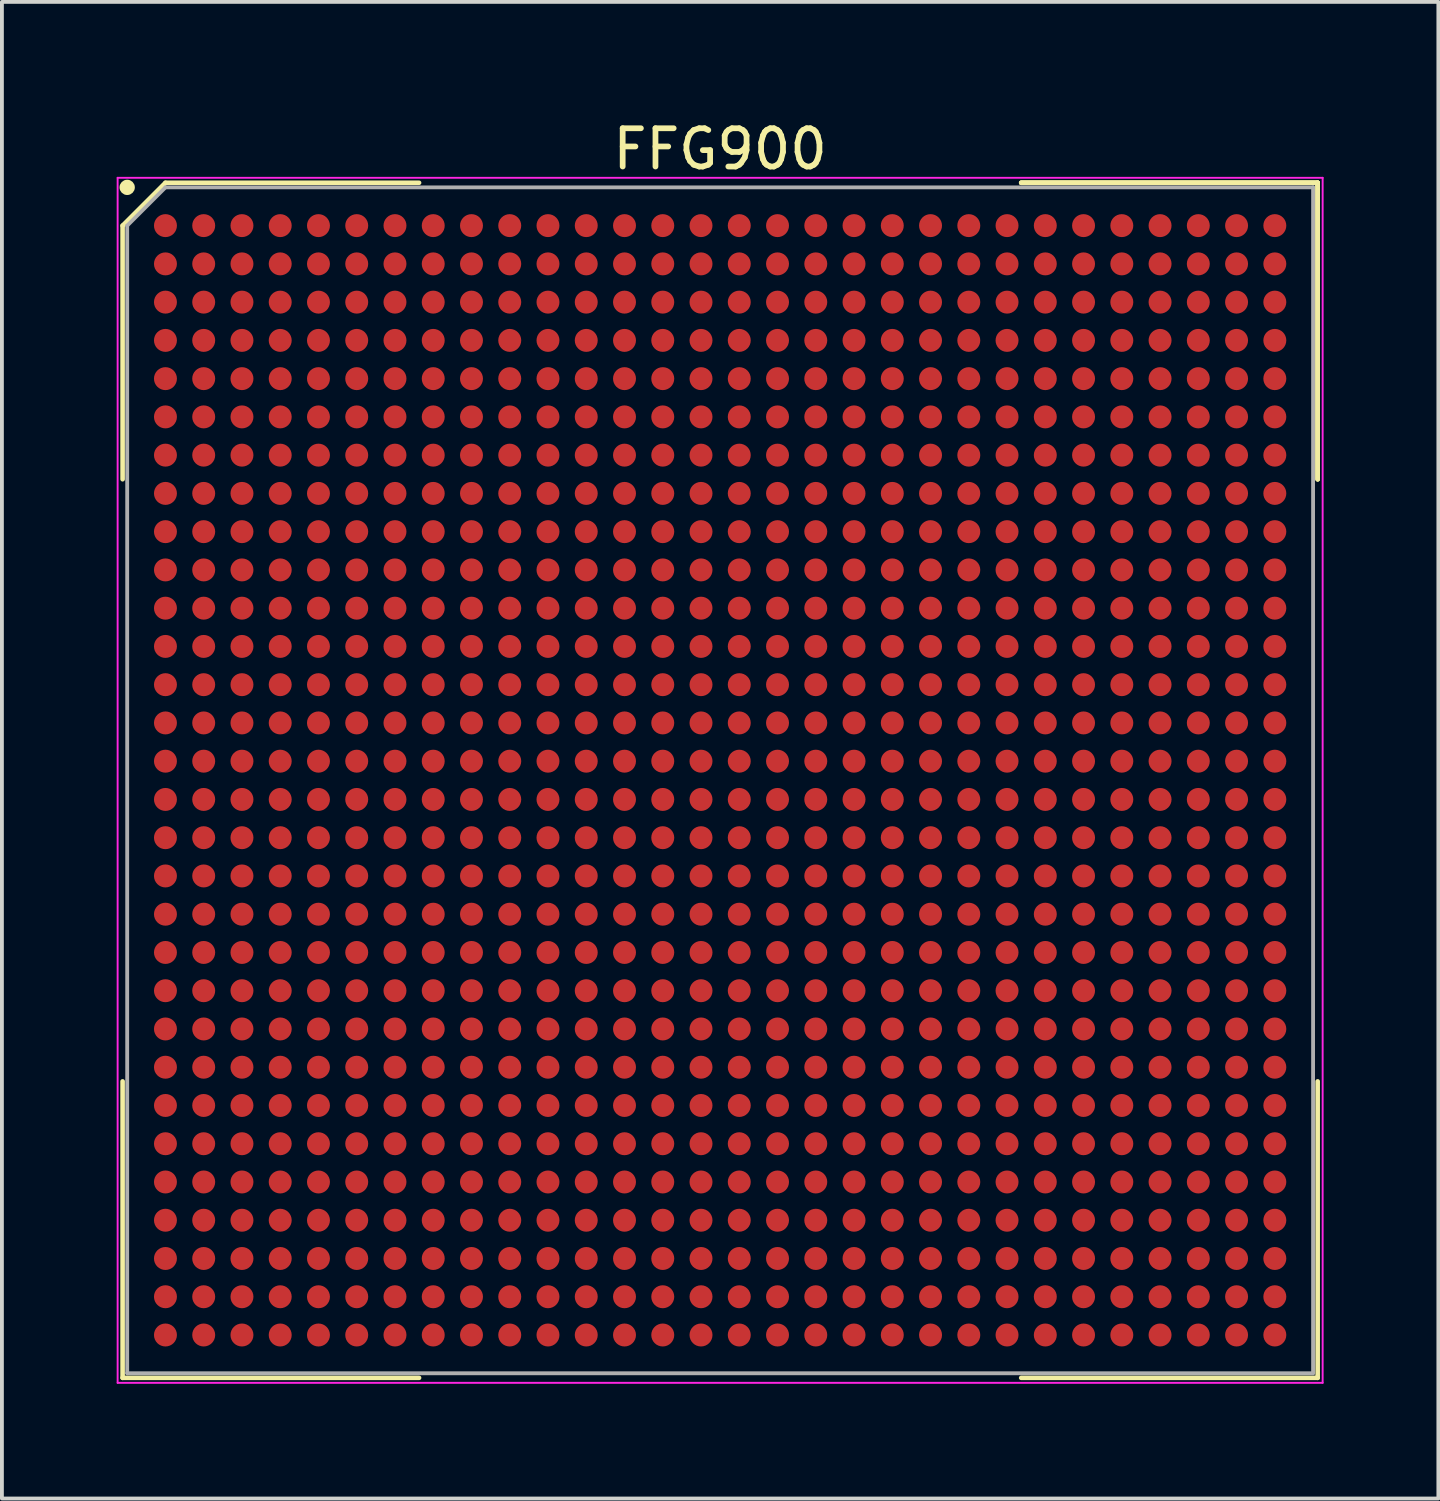
<source format=kicad_pcb>
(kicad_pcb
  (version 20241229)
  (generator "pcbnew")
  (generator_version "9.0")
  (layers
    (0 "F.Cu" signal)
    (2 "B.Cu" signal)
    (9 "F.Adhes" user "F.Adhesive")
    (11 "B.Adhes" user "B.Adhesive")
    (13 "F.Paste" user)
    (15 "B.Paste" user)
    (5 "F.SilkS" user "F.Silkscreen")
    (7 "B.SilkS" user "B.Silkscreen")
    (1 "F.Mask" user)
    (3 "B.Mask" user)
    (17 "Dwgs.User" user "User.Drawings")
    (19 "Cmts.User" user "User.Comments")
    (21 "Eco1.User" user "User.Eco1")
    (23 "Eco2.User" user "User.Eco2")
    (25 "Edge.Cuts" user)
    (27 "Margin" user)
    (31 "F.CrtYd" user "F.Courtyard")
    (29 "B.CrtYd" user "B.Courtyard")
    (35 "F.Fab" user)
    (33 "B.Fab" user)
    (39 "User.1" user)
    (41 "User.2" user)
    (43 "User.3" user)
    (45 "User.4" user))
  (footprint "FFG900"
    (layer "F.Cu")
    (at 15.775 17.348)
    (property "Reference" "FFG900" (at 0 -16.5 0) (layer "F.SilkS") (effects (font (size 1 1) (thickness 0.15))))
    (attr smd)
    (fp_line (start -15.62 -14.5) (end -15.62 -7.87) (stroke (width 0.12) (type solid)) (layer "F.SilkS"))
    (fp_line (start -15.62 15.62) (end -15.62 7.87) (stroke (width 0.12) (type solid)) (layer "F.SilkS"))
    (fp_line (start -14.5 -15.62) (end -15.62 -14.5) (stroke (width 0.12) (type solid)) (layer "F.SilkS"))
    (fp_line (start -7.87 -15.62) (end -14.5 -15.62) (stroke (width 0.12) (type solid)) (layer "F.SilkS"))
    (fp_line (start -7.87 15.62) (end -15.62 15.62) (stroke (width 0.12) (type solid)) (layer "F.SilkS"))
    (fp_line (start 7.87 -15.62) (end 15.62 -15.62) (stroke (width 0.12) (type solid)) (layer "F.SilkS"))
    (fp_line (start 7.87 -15.62) (end 15.62 -15.62) (stroke (width 0.12) (type solid)) (layer "F.SilkS"))
    (fp_line (start 7.87 -15.62) (end 15.62 -15.62) (stroke (width 0.12) (type solid)) (layer "F.SilkS"))
    (fp_line (start 7.87 15.62) (end 15.62 15.62) (stroke (width 0.12) (type solid)) (layer "F.SilkS"))
    (fp_line (start 15.62 -15.62) (end 15.62 -7.87) (stroke (width 0.12) (type solid)) (layer "F.SilkS"))
    (fp_line (start 15.62 -15.62) (end 15.62 -7.87) (stroke (width 0.12) (type solid)) (layer "F.SilkS"))
    (fp_line (start 15.62 -15.62) (end 15.62 -7.87) (stroke (width 0.12) (type solid)) (layer "F.SilkS"))
    (fp_line (start 15.62 15.62) (end 15.62 7.87) (stroke (width 0.12) (type solid)) (layer "F.SilkS"))
    (fp_circle (center -15.5 -15.5) (end -15.5 -15.4) (stroke (width 0.2) (type solid)) (fill no) (layer "F.SilkS"))
    (fp_line (start -15.75 -15.75) (end 15.75 -15.75) (stroke (width 0.05) (type solid)) (layer "F.CrtYd"))
    (fp_line (start -15.75 15.75) (end -15.75 -15.75) (stroke (width 0.05) (type solid)) (layer "F.CrtYd"))
    (fp_line (start 15.75 -15.75) (end 15.75 15.75) (stroke (width 0.05) (type solid)) (layer "F.CrtYd"))
    (fp_line (start 15.75 15.75) (end -15.75 15.75) (stroke (width 0.05) (type solid)) (layer "F.CrtYd"))
    (fp_line (start -15.5 -14.5) (end -15.5 15.5) (stroke (width 0.1) (type solid)) (layer "F.Fab"))
    (fp_line (start -15.5 15.5) (end 15.5 15.5) (stroke (width 0.1) (type solid)) (layer "F.Fab"))
    (fp_line (start -14.5 -15.5) (end -15.5 -14.5) (stroke (width 0.1) (type solid)) (layer "F.Fab"))
    (fp_line (start 15.5 -15.5) (end -14.5 -15.5) (stroke (width 0.1) (type solid)) (layer "F.Fab"))
    (fp_line (start 15.5 15.5) (end 15.5 -15.5) (stroke (width 0.1) (type solid)) (layer "F.Fab"))
    (pad "A1" smd circle (at -14.5 -14.5) (size 0.6 0.6) (layers "F.Cu" "F.Mask" "F.Paste"))
    (pad "A2" smd circle (at -13.5 -14.5) (size 0.6 0.6) (layers "F.Cu" "F.Mask" "F.Paste"))
    (pad "A3" smd circle (at -12.5 -14.5) (size 0.6 0.6) (layers "F.Cu" "F.Mask" "F.Paste"))
    (pad "A4" smd circle (at -11.5 -14.5) (size 0.6 0.6) (layers "F.Cu" "F.Mask" "F.Paste"))
    (pad "A5" smd circle (at -10.5 -14.5) (size 0.6 0.6) (layers "F.Cu" "F.Mask" "F.Paste"))
    (pad "A6" smd circle (at -9.5 -14.5) (size 0.6 0.6) (layers "F.Cu" "F.Mask" "F.Paste"))
    (pad "A7" smd circle (at -8.5 -14.5) (size 0.6 0.6) (layers "F.Cu" "F.Mask" "F.Paste"))
    (pad "A8" smd circle (at -7.5 -14.5) (size 0.6 0.6) (layers "F.Cu" "F.Mask" "F.Paste"))
    (pad "A9" smd circle (at -6.5 -14.5) (size 0.6 0.6) (layers "F.Cu" "F.Mask" "F.Paste"))
    (pad "A10" smd circle (at -5.5 -14.5) (size 0.6 0.6) (layers "F.Cu" "F.Mask" "F.Paste"))
    (pad "A11" smd circle (at -4.5 -14.5) (size 0.6 0.6) (layers "F.Cu" "F.Mask" "F.Paste"))
    (pad "A12" smd circle (at -3.5 -14.5) (size 0.6 0.6) (layers "F.Cu" "F.Mask" "F.Paste"))
    (pad "A13" smd circle (at -2.5 -14.5) (size 0.6 0.6) (layers "F.Cu" "F.Mask" "F.Paste"))
    (pad "A14" smd circle (at -1.5 -14.5) (size 0.6 0.6) (layers "F.Cu" "F.Mask" "F.Paste"))
    (pad "A15" smd circle (at -0.5 -14.5) (size 0.6 0.6) (layers "F.Cu" "F.Mask" "F.Paste"))
    (pad "A16" smd circle (at 0.5 -14.5) (size 0.6 0.6) (layers "F.Cu" "F.Mask" "F.Paste"))
    (pad "A17" smd circle (at 1.5 -14.5) (size 0.6 0.6) (layers "F.Cu" "F.Mask" "F.Paste"))
    (pad "A18" smd circle (at 2.5 -14.5) (size 0.6 0.6) (layers "F.Cu" "F.Mask" "F.Paste"))
    (pad "A19" smd circle (at 3.5 -14.5) (size 0.6 0.6) (layers "F.Cu" "F.Mask" "F.Paste"))
    (pad "A20" smd circle (at 4.5 -14.5) (size 0.6 0.6) (layers "F.Cu" "F.Mask" "F.Paste"))
    (pad "A21" smd circle (at 5.5 -14.5) (size 0.6 0.6) (layers "F.Cu" "F.Mask" "F.Paste"))
    (pad "A22" smd circle (at 6.5 -14.5) (size 0.6 0.6) (layers "F.Cu" "F.Mask" "F.Paste"))
    (pad "A23" smd circle (at 7.5 -14.5) (size 0.6 0.6) (layers "F.Cu" "F.Mask" "F.Paste"))
    (pad "A24" smd circle (at 8.5 -14.5) (size 0.6 0.6) (layers "F.Cu" "F.Mask" "F.Paste"))
    (pad "A25" smd circle (at 9.5 -14.5) (size 0.6 0.6) (layers "F.Cu" "F.Mask" "F.Paste"))
    (pad "A26" smd circle (at 10.5 -14.5) (size 0.6 0.6) (layers "F.Cu" "F.Mask" "F.Paste"))
    (pad "A27" smd circle (at 11.5 -14.5) (size 0.6 0.6) (layers "F.Cu" "F.Mask" "F.Paste"))
    (pad "A28" smd circle (at 12.5 -14.5) (size 0.6 0.6) (layers "F.Cu" "F.Mask" "F.Paste"))
    (pad "A29" smd circle (at 13.5 -14.5) (size 0.6 0.6) (layers "F.Cu" "F.Mask" "F.Paste"))
    (pad "A30" smd circle (at 14.5 -14.5) (size 0.6 0.6) (layers "F.Cu" "F.Mask" "F.Paste"))
    (pad "AA1" smd circle (at -14.5 5.5) (size 0.6 0.6) (layers "F.Cu" "F.Mask" "F.Paste"))
    (pad "AA2" smd circle (at -13.5 5.5) (size 0.6 0.6) (layers "F.Cu" "F.Mask" "F.Paste"))
    (pad "AA3" smd circle (at -12.5 5.5) (size 0.6 0.6) (layers "F.Cu" "F.Mask" "F.Paste"))
    (pad "AA4" smd circle (at -11.5 5.5) (size 0.6 0.6) (layers "F.Cu" "F.Mask" "F.Paste"))
    (pad "AA5" smd circle (at -10.5 5.5) (size 0.6 0.6) (layers "F.Cu" "F.Mask" "F.Paste"))
    (pad "AA6" smd circle (at -9.5 5.5) (size 0.6 0.6) (layers "F.Cu" "F.Mask" "F.Paste"))
    (pad "AA7" smd circle (at -8.5 5.5) (size 0.6 0.6) (layers "F.Cu" "F.Mask" "F.Paste"))
    (pad "AA8" smd circle (at -7.5 5.5) (size 0.6 0.6) (layers "F.Cu" "F.Mask" "F.Paste"))
    (pad "AA9" smd circle (at -6.5 5.5) (size 0.6 0.6) (layers "F.Cu" "F.Mask" "F.Paste"))
    (pad "AA10" smd circle (at -5.5 5.5) (size 0.6 0.6) (layers "F.Cu" "F.Mask" "F.Paste"))
    (pad "AA11" smd circle (at -4.5 5.5) (size 0.6 0.6) (layers "F.Cu" "F.Mask" "F.Paste"))
    (pad "AA12" smd circle (at -3.5 5.5) (size 0.6 0.6) (layers "F.Cu" "F.Mask" "F.Paste"))
    (pad "AA13" smd circle (at -2.5 5.5) (size 0.6 0.6) (layers "F.Cu" "F.Mask" "F.Paste"))
    (pad "AA14" smd circle (at -1.5 5.5) (size 0.6 0.6) (layers "F.Cu" "F.Mask" "F.Paste"))
    (pad "AA15" smd circle (at -0.5 5.5) (size 0.6 0.6) (layers "F.Cu" "F.Mask" "F.Paste"))
    (pad "AA16" smd circle (at 0.5 5.5) (size 0.6 0.6) (layers "F.Cu" "F.Mask" "F.Paste"))
    (pad "AA17" smd circle (at 1.5 5.5) (size 0.6 0.6) (layers "F.Cu" "F.Mask" "F.Paste"))
    (pad "AA18" smd circle (at 2.5 5.5) (size 0.6 0.6) (layers "F.Cu" "F.Mask" "F.Paste"))
    (pad "AA19" smd circle (at 3.5 5.5) (size 0.6 0.6) (layers "F.Cu" "F.Mask" "F.Paste"))
    (pad "AA20" smd circle (at 4.5 5.5) (size 0.6 0.6) (layers "F.Cu" "F.Mask" "F.Paste"))
    (pad "AA21" smd circle (at 5.5 5.5) (size 0.6 0.6) (layers "F.Cu" "F.Mask" "F.Paste"))
    (pad "AA22" smd circle (at 6.5 5.5) (size 0.6 0.6) (layers "F.Cu" "F.Mask" "F.Paste"))
    (pad "AA23" smd circle (at 7.5 5.5) (size 0.6 0.6) (layers "F.Cu" "F.Mask" "F.Paste"))
    (pad "AA24" smd circle (at 8.5 5.5) (size 0.6 0.6) (layers "F.Cu" "F.Mask" "F.Paste"))
    (pad "AA25" smd circle (at 9.5 5.5) (size 0.6 0.6) (layers "F.Cu" "F.Mask" "F.Paste"))
    (pad "AA26" smd circle (at 10.5 5.5) (size 0.6 0.6) (layers "F.Cu" "F.Mask" "F.Paste"))
    (pad "AA27" smd circle (at 11.5 5.5) (size 0.6 0.6) (layers "F.Cu" "F.Mask" "F.Paste"))
    (pad "AA28" smd circle (at 12.5 5.5) (size 0.6 0.6) (layers "F.Cu" "F.Mask" "F.Paste"))
    (pad "AA29" smd circle (at 13.5 5.5) (size 0.6 0.6) (layers "F.Cu" "F.Mask" "F.Paste"))
    (pad "AA30" smd circle (at 14.5 5.5) (size 0.6 0.6) (layers "F.Cu" "F.Mask" "F.Paste"))
    (pad "AB1" smd circle (at -14.5 6.5) (size 0.6 0.6) (layers "F.Cu" "F.Mask" "F.Paste"))
    (pad "AB2" smd circle (at -13.5 6.5) (size 0.6 0.6) (layers "F.Cu" "F.Mask" "F.Paste"))
    (pad "AB3" smd circle (at -12.5 6.5) (size 0.6 0.6) (layers "F.Cu" "F.Mask" "F.Paste"))
    (pad "AB4" smd circle (at -11.5 6.5) (size 0.6 0.6) (layers "F.Cu" "F.Mask" "F.Paste"))
    (pad "AB5" smd circle (at -10.5 6.5) (size 0.6 0.6) (layers "F.Cu" "F.Mask" "F.Paste"))
    (pad "AB6" smd circle (at -9.5 6.5) (size 0.6 0.6) (layers "F.Cu" "F.Mask" "F.Paste"))
    (pad "AB7" smd circle (at -8.5 6.5) (size 0.6 0.6) (layers "F.Cu" "F.Mask" "F.Paste"))
    (pad "AB8" smd circle (at -7.5 6.5) (size 0.6 0.6) (layers "F.Cu" "F.Mask" "F.Paste"))
    (pad "AB9" smd circle (at -6.5 6.5) (size 0.6 0.6) (layers "F.Cu" "F.Mask" "F.Paste"))
    (pad "AB10" smd circle (at -5.5 6.5) (size 0.6 0.6) (layers "F.Cu" "F.Mask" "F.Paste"))
    (pad "AB11" smd circle (at -4.5 6.5) (size 0.6 0.6) (layers "F.Cu" "F.Mask" "F.Paste"))
    (pad "AB12" smd circle (at -3.5 6.5) (size 0.6 0.6) (layers "F.Cu" "F.Mask" "F.Paste"))
    (pad "AB13" smd circle (at -2.5 6.5) (size 0.6 0.6) (layers "F.Cu" "F.Mask" "F.Paste"))
    (pad "AB14" smd circle (at -1.5 6.5) (size 0.6 0.6) (layers "F.Cu" "F.Mask" "F.Paste"))
    (pad "AB15" smd circle (at -0.5 6.5) (size 0.6 0.6) (layers "F.Cu" "F.Mask" "F.Paste"))
    (pad "AB16" smd circle (at 0.5 6.5) (size 0.6 0.6) (layers "F.Cu" "F.Mask" "F.Paste"))
    (pad "AB17" smd circle (at 1.5 6.5) (size 0.6 0.6) (layers "F.Cu" "F.Mask" "F.Paste"))
    (pad "AB18" smd circle (at 2.5 6.5) (size 0.6 0.6) (layers "F.Cu" "F.Mask" "F.Paste"))
    (pad "AB19" smd circle (at 3.5 6.5) (size 0.6 0.6) (layers "F.Cu" "F.Mask" "F.Paste"))
    (pad "AB20" smd circle (at 4.5 6.5) (size 0.6 0.6) (layers "F.Cu" "F.Mask" "F.Paste"))
    (pad "AB21" smd circle (at 5.5 6.5) (size 0.6 0.6) (layers "F.Cu" "F.Mask" "F.Paste"))
    (pad "AB22" smd circle (at 6.5 6.5) (size 0.6 0.6) (layers "F.Cu" "F.Mask" "F.Paste"))
    (pad "AB23" smd circle (at 7.5 6.5) (size 0.6 0.6) (layers "F.Cu" "F.Mask" "F.Paste"))
    (pad "AB24" smd circle (at 8.5 6.5) (size 0.6 0.6) (layers "F.Cu" "F.Mask" "F.Paste"))
    (pad "AB25" smd circle (at 9.5 6.5) (size 0.6 0.6) (layers "F.Cu" "F.Mask" "F.Paste"))
    (pad "AB26" smd circle (at 10.5 6.5) (size 0.6 0.6) (layers "F.Cu" "F.Mask" "F.Paste"))
    (pad "AB27" smd circle (at 11.5 6.5) (size 0.6 0.6) (layers "F.Cu" "F.Mask" "F.Paste"))
    (pad "AB28" smd circle (at 12.5 6.5) (size 0.6 0.6) (layers "F.Cu" "F.Mask" "F.Paste"))
    (pad "AB29" smd circle (at 13.5 6.5) (size 0.6 0.6) (layers "F.Cu" "F.Mask" "F.Paste"))
    (pad "AB30" smd circle (at 14.5 6.5) (size 0.6 0.6) (layers "F.Cu" "F.Mask" "F.Paste"))
    (pad "AC1" smd circle (at -14.5 7.5) (size 0.6 0.6) (layers "F.Cu" "F.Mask" "F.Paste"))
    (pad "AC2" smd circle (at -13.5 7.5) (size 0.6 0.6) (layers "F.Cu" "F.Mask" "F.Paste"))
    (pad "AC3" smd circle (at -12.5 7.5) (size 0.6 0.6) (layers "F.Cu" "F.Mask" "F.Paste"))
    (pad "AC4" smd circle (at -11.5 7.5) (size 0.6 0.6) (layers "F.Cu" "F.Mask" "F.Paste"))
    (pad "AC5" smd circle (at -10.5 7.5) (size 0.6 0.6) (layers "F.Cu" "F.Mask" "F.Paste"))
    (pad "AC6" smd circle (at -9.5 7.5) (size 0.6 0.6) (layers "F.Cu" "F.Mask" "F.Paste"))
    (pad "AC7" smd circle (at -8.5 7.5) (size 0.6 0.6) (layers "F.Cu" "F.Mask" "F.Paste"))
    (pad "AC8" smd circle (at -7.5 7.5) (size 0.6 0.6) (layers "F.Cu" "F.Mask" "F.Paste"))
    (pad "AC9" smd circle (at -6.5 7.5) (size 0.6 0.6) (layers "F.Cu" "F.Mask" "F.Paste"))
    (pad "AC10" smd circle (at -5.5 7.5) (size 0.6 0.6) (layers "F.Cu" "F.Mask" "F.Paste"))
    (pad "AC11" smd circle (at -4.5 7.5) (size 0.6 0.6) (layers "F.Cu" "F.Mask" "F.Paste"))
    (pad "AC12" smd circle (at -3.5 7.5) (size 0.6 0.6) (layers "F.Cu" "F.Mask" "F.Paste"))
    (pad "AC13" smd circle (at -2.5 7.5) (size 0.6 0.6) (layers "F.Cu" "F.Mask" "F.Paste"))
    (pad "AC14" smd circle (at -1.5 7.5) (size 0.6 0.6) (layers "F.Cu" "F.Mask" "F.Paste"))
    (pad "AC15" smd circle (at -0.5 7.5) (size 0.6 0.6) (layers "F.Cu" "F.Mask" "F.Paste"))
    (pad "AC16" smd circle (at 0.5 7.5) (size 0.6 0.6) (layers "F.Cu" "F.Mask" "F.Paste"))
    (pad "AC17" smd circle (at 1.5 7.5) (size 0.6 0.6) (layers "F.Cu" "F.Mask" "F.Paste"))
    (pad "AC18" smd circle (at 2.5 7.5) (size 0.6 0.6) (layers "F.Cu" "F.Mask" "F.Paste"))
    (pad "AC19" smd circle (at 3.5 7.5) (size 0.6 0.6) (layers "F.Cu" "F.Mask" "F.Paste"))
    (pad "AC20" smd circle (at 4.5 7.5) (size 0.6 0.6) (layers "F.Cu" "F.Mask" "F.Paste"))
    (pad "AC21" smd circle (at 5.5 7.5) (size 0.6 0.6) (layers "F.Cu" "F.Mask" "F.Paste"))
    (pad "AC22" smd circle (at 6.5 7.5) (size 0.6 0.6) (layers "F.Cu" "F.Mask" "F.Paste"))
    (pad "AC23" smd circle (at 7.5 7.5) (size 0.6 0.6) (layers "F.Cu" "F.Mask" "F.Paste"))
    (pad "AC24" smd circle (at 8.5 7.5) (size 0.6 0.6) (layers "F.Cu" "F.Mask" "F.Paste"))
    (pad "AC25" smd circle (at 9.5 7.5) (size 0.6 0.6) (layers "F.Cu" "F.Mask" "F.Paste"))
    (pad "AC26" smd circle (at 10.5 7.5) (size 0.6 0.6) (layers "F.Cu" "F.Mask" "F.Paste"))
    (pad "AC27" smd circle (at 11.5 7.5) (size 0.6 0.6) (layers "F.Cu" "F.Mask" "F.Paste"))
    (pad "AC28" smd circle (at 12.5 7.5) (size 0.6 0.6) (layers "F.Cu" "F.Mask" "F.Paste"))
    (pad "AC29" smd circle (at 13.5 7.5) (size 0.6 0.6) (layers "F.Cu" "F.Mask" "F.Paste"))
    (pad "AC30" smd circle (at 14.5 7.5) (size 0.6 0.6) (layers "F.Cu" "F.Mask" "F.Paste"))
    (pad "AD1" smd circle (at -14.5 8.5) (size 0.6 0.6) (layers "F.Cu" "F.Mask" "F.Paste"))
    (pad "AD2" smd circle (at -13.5 8.5) (size 0.6 0.6) (layers "F.Cu" "F.Mask" "F.Paste"))
    (pad "AD3" smd circle (at -12.5 8.5) (size 0.6 0.6) (layers "F.Cu" "F.Mask" "F.Paste"))
    (pad "AD4" smd circle (at -11.5 8.5) (size 0.6 0.6) (layers "F.Cu" "F.Mask" "F.Paste"))
    (pad "AD5" smd circle (at -10.5 8.5) (size 0.6 0.6) (layers "F.Cu" "F.Mask" "F.Paste"))
    (pad "AD6" smd circle (at -9.5 8.5) (size 0.6 0.6) (layers "F.Cu" "F.Mask" "F.Paste"))
    (pad "AD7" smd circle (at -8.5 8.5) (size 0.6 0.6) (layers "F.Cu" "F.Mask" "F.Paste"))
    (pad "AD8" smd circle (at -7.5 8.5) (size 0.6 0.6) (layers "F.Cu" "F.Mask" "F.Paste"))
    (pad "AD9" smd circle (at -6.5 8.5) (size 0.6 0.6) (layers "F.Cu" "F.Mask" "F.Paste"))
    (pad "AD10" smd circle (at -5.5 8.5) (size 0.6 0.6) (layers "F.Cu" "F.Mask" "F.Paste"))
    (pad "AD11" smd circle (at -4.5 8.5) (size 0.6 0.6) (layers "F.Cu" "F.Mask" "F.Paste"))
    (pad "AD12" smd circle (at -3.5 8.5) (size 0.6 0.6) (layers "F.Cu" "F.Mask" "F.Paste"))
    (pad "AD13" smd circle (at -2.5 8.5) (size 0.6 0.6) (layers "F.Cu" "F.Mask" "F.Paste"))
    (pad "AD14" smd circle (at -1.5 8.5) (size 0.6 0.6) (layers "F.Cu" "F.Mask" "F.Paste"))
    (pad "AD15" smd circle (at -0.5 8.5) (size 0.6 0.6) (layers "F.Cu" "F.Mask" "F.Paste"))
    (pad "AD16" smd circle (at 0.5 8.5) (size 0.6 0.6) (layers "F.Cu" "F.Mask" "F.Paste"))
    (pad "AD17" smd circle (at 1.5 8.5) (size 0.6 0.6) (layers "F.Cu" "F.Mask" "F.Paste"))
    (pad "AD18" smd circle (at 2.5 8.5) (size 0.6 0.6) (layers "F.Cu" "F.Mask" "F.Paste"))
    (pad "AD19" smd circle (at 3.5 8.5) (size 0.6 0.6) (layers "F.Cu" "F.Mask" "F.Paste"))
    (pad "AD20" smd circle (at 4.5 8.5) (size 0.6 0.6) (layers "F.Cu" "F.Mask" "F.Paste"))
    (pad "AD21" smd circle (at 5.5 8.5) (size 0.6 0.6) (layers "F.Cu" "F.Mask" "F.Paste"))
    (pad "AD22" smd circle (at 6.5 8.5) (size 0.6 0.6) (layers "F.Cu" "F.Mask" "F.Paste"))
    (pad "AD23" smd circle (at 7.5 8.5) (size 0.6 0.6) (layers "F.Cu" "F.Mask" "F.Paste"))
    (pad "AD24" smd circle (at 8.5 8.5) (size 0.6 0.6) (layers "F.Cu" "F.Mask" "F.Paste"))
    (pad "AD25" smd circle (at 9.5 8.5) (size 0.6 0.6) (layers "F.Cu" "F.Mask" "F.Paste"))
    (pad "AD26" smd circle (at 10.5 8.5) (size 0.6 0.6) (layers "F.Cu" "F.Mask" "F.Paste"))
    (pad "AD27" smd circle (at 11.5 8.5) (size 0.6 0.6) (layers "F.Cu" "F.Mask" "F.Paste"))
    (pad "AD28" smd circle (at 12.5 8.5) (size 0.6 0.6) (layers "F.Cu" "F.Mask" "F.Paste"))
    (pad "AD29" smd circle (at 13.5 8.5) (size 0.6 0.6) (layers "F.Cu" "F.Mask" "F.Paste"))
    (pad "AD30" smd circle (at 14.5 8.5) (size 0.6 0.6) (layers "F.Cu" "F.Mask" "F.Paste"))
    (pad "AE1" smd circle (at -14.5 9.5) (size 0.6 0.6) (layers "F.Cu" "F.Mask" "F.Paste"))
    (pad "AE2" smd circle (at -13.5 9.5) (size 0.6 0.6) (layers "F.Cu" "F.Mask" "F.Paste"))
    (pad "AE3" smd circle (at -12.5 9.5) (size 0.6 0.6) (layers "F.Cu" "F.Mask" "F.Paste"))
    (pad "AE4" smd circle (at -11.5 9.5) (size 0.6 0.6) (layers "F.Cu" "F.Mask" "F.Paste"))
    (pad "AE5" smd circle (at -10.5 9.5) (size 0.6 0.6) (layers "F.Cu" "F.Mask" "F.Paste"))
    (pad "AE6" smd circle (at -9.5 9.5) (size 0.6 0.6) (layers "F.Cu" "F.Mask" "F.Paste"))
    (pad "AE7" smd circle (at -8.5 9.5) (size 0.6 0.6) (layers "F.Cu" "F.Mask" "F.Paste"))
    (pad "AE8" smd circle (at -7.5 9.5) (size 0.6 0.6) (layers "F.Cu" "F.Mask" "F.Paste"))
    (pad "AE9" smd circle (at -6.5 9.5) (size 0.6 0.6) (layers "F.Cu" "F.Mask" "F.Paste"))
    (pad "AE10" smd circle (at -5.5 9.5) (size 0.6 0.6) (layers "F.Cu" "F.Mask" "F.Paste"))
    (pad "AE11" smd circle (at -4.5 9.5) (size 0.6 0.6) (layers "F.Cu" "F.Mask" "F.Paste"))
    (pad "AE12" smd circle (at -3.5 9.5) (size 0.6 0.6) (layers "F.Cu" "F.Mask" "F.Paste"))
    (pad "AE13" smd circle (at -2.5 9.5) (size 0.6 0.6) (layers "F.Cu" "F.Mask" "F.Paste"))
    (pad "AE14" smd circle (at -1.5 9.5) (size 0.6 0.6) (layers "F.Cu" "F.Mask" "F.Paste"))
    (pad "AE15" smd circle (at -0.5 9.5) (size 0.6 0.6) (layers "F.Cu" "F.Mask" "F.Paste"))
    (pad "AE16" smd circle (at 0.5 9.5) (size 0.6 0.6) (layers "F.Cu" "F.Mask" "F.Paste"))
    (pad "AE17" smd circle (at 1.5 9.5) (size 0.6 0.6) (layers "F.Cu" "F.Mask" "F.Paste"))
    (pad "AE18" smd circle (at 2.5 9.5) (size 0.6 0.6) (layers "F.Cu" "F.Mask" "F.Paste"))
    (pad "AE19" smd circle (at 3.5 9.5) (size 0.6 0.6) (layers "F.Cu" "F.Mask" "F.Paste"))
    (pad "AE20" smd circle (at 4.5 9.5) (size 0.6 0.6) (layers "F.Cu" "F.Mask" "F.Paste"))
    (pad "AE21" smd circle (at 5.5 9.5) (size 0.6 0.6) (layers "F.Cu" "F.Mask" "F.Paste"))
    (pad "AE22" smd circle (at 6.5 9.5) (size 0.6 0.6) (layers "F.Cu" "F.Mask" "F.Paste"))
    (pad "AE23" smd circle (at 7.5 9.5) (size 0.6 0.6) (layers "F.Cu" "F.Mask" "F.Paste"))
    (pad "AE24" smd circle (at 8.5 9.5) (size 0.6 0.6) (layers "F.Cu" "F.Mask" "F.Paste"))
    (pad "AE25" smd circle (at 9.5 9.5) (size 0.6 0.6) (layers "F.Cu" "F.Mask" "F.Paste"))
    (pad "AE26" smd circle (at 10.5 9.5) (size 0.6 0.6) (layers "F.Cu" "F.Mask" "F.Paste"))
    (pad "AE27" smd circle (at 11.5 9.5) (size 0.6 0.6) (layers "F.Cu" "F.Mask" "F.Paste"))
    (pad "AE28" smd circle (at 12.5 9.5) (size 0.6 0.6) (layers "F.Cu" "F.Mask" "F.Paste"))
    (pad "AE29" smd circle (at 13.5 9.5) (size 0.6 0.6) (layers "F.Cu" "F.Mask" "F.Paste"))
    (pad "AE30" smd circle (at 14.5 9.5) (size 0.6 0.6) (layers "F.Cu" "F.Mask" "F.Paste"))
    (pad "AF1" smd circle (at -14.5 10.5) (size 0.6 0.6) (layers "F.Cu" "F.Mask" "F.Paste"))
    (pad "AF2" smd circle (at -13.5 10.5) (size 0.6 0.6) (layers "F.Cu" "F.Mask" "F.Paste"))
    (pad "AF3" smd circle (at -12.5 10.5) (size 0.6 0.6) (layers "F.Cu" "F.Mask" "F.Paste"))
    (pad "AF4" smd circle (at -11.5 10.5) (size 0.6 0.6) (layers "F.Cu" "F.Mask" "F.Paste"))
    (pad "AF5" smd circle (at -10.5 10.5) (size 0.6 0.6) (layers "F.Cu" "F.Mask" "F.Paste"))
    (pad "AF6" smd circle (at -9.5 10.5) (size 0.6 0.6) (layers "F.Cu" "F.Mask" "F.Paste"))
    (pad "AF7" smd circle (at -8.5 10.5) (size 0.6 0.6) (layers "F.Cu" "F.Mask" "F.Paste"))
    (pad "AF8" smd circle (at -7.5 10.5) (size 0.6 0.6) (layers "F.Cu" "F.Mask" "F.Paste"))
    (pad "AF9" smd circle (at -6.5 10.5) (size 0.6 0.6) (layers "F.Cu" "F.Mask" "F.Paste"))
    (pad "AF10" smd circle (at -5.5 10.5) (size 0.6 0.6) (layers "F.Cu" "F.Mask" "F.Paste"))
    (pad "AF11" smd circle (at -4.5 10.5) (size 0.6 0.6) (layers "F.Cu" "F.Mask" "F.Paste"))
    (pad "AF12" smd circle (at -3.5 10.5) (size 0.6 0.6) (layers "F.Cu" "F.Mask" "F.Paste"))
    (pad "AF13" smd circle (at -2.5 10.5) (size 0.6 0.6) (layers "F.Cu" "F.Mask" "F.Paste"))
    (pad "AF14" smd circle (at -1.5 10.5) (size 0.6 0.6) (layers "F.Cu" "F.Mask" "F.Paste"))
    (pad "AF15" smd circle (at -0.5 10.5) (size 0.6 0.6) (layers "F.Cu" "F.Mask" "F.Paste"))
    (pad "AF16" smd circle (at 0.5 10.5) (size 0.6 0.6) (layers "F.Cu" "F.Mask" "F.Paste"))
    (pad "AF17" smd circle (at 1.5 10.5) (size 0.6 0.6) (layers "F.Cu" "F.Mask" "F.Paste"))
    (pad "AF18" smd circle (at 2.5 10.5) (size 0.6 0.6) (layers "F.Cu" "F.Mask" "F.Paste"))
    (pad "AF19" smd circle (at 3.5 10.5) (size 0.6 0.6) (layers "F.Cu" "F.Mask" "F.Paste"))
    (pad "AF20" smd circle (at 4.5 10.5) (size 0.6 0.6) (layers "F.Cu" "F.Mask" "F.Paste"))
    (pad "AF21" smd circle (at 5.5 10.5) (size 0.6 0.6) (layers "F.Cu" "F.Mask" "F.Paste"))
    (pad "AF22" smd circle (at 6.5 10.5) (size 0.6 0.6) (layers "F.Cu" "F.Mask" "F.Paste"))
    (pad "AF23" smd circle (at 7.5 10.5) (size 0.6 0.6) (layers "F.Cu" "F.Mask" "F.Paste"))
    (pad "AF24" smd circle (at 8.5 10.5) (size 0.6 0.6) (layers "F.Cu" "F.Mask" "F.Paste"))
    (pad "AF25" smd circle (at 9.5 10.5) (size 0.6 0.6) (layers "F.Cu" "F.Mask" "F.Paste"))
    (pad "AF26" smd circle (at 10.5 10.5) (size 0.6 0.6) (layers "F.Cu" "F.Mask" "F.Paste"))
    (pad "AF27" smd circle (at 11.5 10.5) (size 0.6 0.6) (layers "F.Cu" "F.Mask" "F.Paste"))
    (pad "AF28" smd circle (at 12.5 10.5) (size 0.6 0.6) (layers "F.Cu" "F.Mask" "F.Paste"))
    (pad "AF29" smd circle (at 13.5 10.5) (size 0.6 0.6) (layers "F.Cu" "F.Mask" "F.Paste"))
    (pad "AF30" smd circle (at 14.5 10.5) (size 0.6 0.6) (layers "F.Cu" "F.Mask" "F.Paste"))
    (pad "AG1" smd circle (at -14.5 11.5) (size 0.6 0.6) (layers "F.Cu" "F.Mask" "F.Paste"))
    (pad "AG2" smd circle (at -13.5 11.5) (size 0.6 0.6) (layers "F.Cu" "F.Mask" "F.Paste"))
    (pad "AG3" smd circle (at -12.5 11.5) (size 0.6 0.6) (layers "F.Cu" "F.Mask" "F.Paste"))
    (pad "AG4" smd circle (at -11.5 11.5) (size 0.6 0.6) (layers "F.Cu" "F.Mask" "F.Paste"))
    (pad "AG5" smd circle (at -10.5 11.5) (size 0.6 0.6) (layers "F.Cu" "F.Mask" "F.Paste"))
    (pad "AG6" smd circle (at -9.5 11.5) (size 0.6 0.6) (layers "F.Cu" "F.Mask" "F.Paste"))
    (pad "AG7" smd circle (at -8.5 11.5) (size 0.6 0.6) (layers "F.Cu" "F.Mask" "F.Paste"))
    (pad "AG8" smd circle (at -7.5 11.5) (size 0.6 0.6) (layers "F.Cu" "F.Mask" "F.Paste"))
    (pad "AG9" smd circle (at -6.5 11.5) (size 0.6 0.6) (layers "F.Cu" "F.Mask" "F.Paste"))
    (pad "AG10" smd circle (at -5.5 11.5) (size 0.6 0.6) (layers "F.Cu" "F.Mask" "F.Paste"))
    (pad "AG11" smd circle (at -4.5 11.5) (size 0.6 0.6) (layers "F.Cu" "F.Mask" "F.Paste"))
    (pad "AG12" smd circle (at -3.5 11.5) (size 0.6 0.6) (layers "F.Cu" "F.Mask" "F.Paste"))
    (pad "AG13" smd circle (at -2.5 11.5) (size 0.6 0.6) (layers "F.Cu" "F.Mask" "F.Paste"))
    (pad "AG14" smd circle (at -1.5 11.5) (size 0.6 0.6) (layers "F.Cu" "F.Mask" "F.Paste"))
    (pad "AG15" smd circle (at -0.5 11.5) (size 0.6 0.6) (layers "F.Cu" "F.Mask" "F.Paste"))
    (pad "AG16" smd circle (at 0.5 11.5) (size 0.6 0.6) (layers "F.Cu" "F.Mask" "F.Paste"))
    (pad "AG17" smd circle (at 1.5 11.5) (size 0.6 0.6) (layers "F.Cu" "F.Mask" "F.Paste"))
    (pad "AG18" smd circle (at 2.5 11.5) (size 0.6 0.6) (layers "F.Cu" "F.Mask" "F.Paste"))
    (pad "AG19" smd circle (at 3.5 11.5) (size 0.6 0.6) (layers "F.Cu" "F.Mask" "F.Paste"))
    (pad "AG20" smd circle (at 4.5 11.5) (size 0.6 0.6) (layers "F.Cu" "F.Mask" "F.Paste"))
    (pad "AG21" smd circle (at 5.5 11.5) (size 0.6 0.6) (layers "F.Cu" "F.Mask" "F.Paste"))
    (pad "AG22" smd circle (at 6.5 11.5) (size 0.6 0.6) (layers "F.Cu" "F.Mask" "F.Paste"))
    (pad "AG23" smd circle (at 7.5 11.5) (size 0.6 0.6) (layers "F.Cu" "F.Mask" "F.Paste"))
    (pad "AG24" smd circle (at 8.5 11.5) (size 0.6 0.6) (layers "F.Cu" "F.Mask" "F.Paste"))
    (pad "AG25" smd circle (at 9.5 11.5) (size 0.6 0.6) (layers "F.Cu" "F.Mask" "F.Paste"))
    (pad "AG26" smd circle (at 10.5 11.5) (size 0.6 0.6) (layers "F.Cu" "F.Mask" "F.Paste"))
    (pad "AG27" smd circle (at 11.5 11.5) (size 0.6 0.6) (layers "F.Cu" "F.Mask" "F.Paste"))
    (pad "AG28" smd circle (at 12.5 11.5) (size 0.6 0.6) (layers "F.Cu" "F.Mask" "F.Paste"))
    (pad "AG29" smd circle (at 13.5 11.5) (size 0.6 0.6) (layers "F.Cu" "F.Mask" "F.Paste"))
    (pad "AG30" smd circle (at 14.5 11.5) (size 0.6 0.6) (layers "F.Cu" "F.Mask" "F.Paste"))
    (pad "AH1" smd circle (at -14.5 12.5) (size 0.6 0.6) (layers "F.Cu" "F.Mask" "F.Paste"))
    (pad "AH2" smd circle (at -13.5 12.5) (size 0.6 0.6) (layers "F.Cu" "F.Mask" "F.Paste"))
    (pad "AH3" smd circle (at -12.5 12.5) (size 0.6 0.6) (layers "F.Cu" "F.Mask" "F.Paste"))
    (pad "AH4" smd circle (at -11.5 12.5) (size 0.6 0.6) (layers "F.Cu" "F.Mask" "F.Paste"))
    (pad "AH5" smd circle (at -10.5 12.5) (size 0.6 0.6) (layers "F.Cu" "F.Mask" "F.Paste"))
    (pad "AH6" smd circle (at -9.5 12.5) (size 0.6 0.6) (layers "F.Cu" "F.Mask" "F.Paste"))
    (pad "AH7" smd circle (at -8.5 12.5) (size 0.6 0.6) (layers "F.Cu" "F.Mask" "F.Paste"))
    (pad "AH8" smd circle (at -7.5 12.5) (size 0.6 0.6) (layers "F.Cu" "F.Mask" "F.Paste"))
    (pad "AH9" smd circle (at -6.5 12.5) (size 0.6 0.6) (layers "F.Cu" "F.Mask" "F.Paste"))
    (pad "AH10" smd circle (at -5.5 12.5) (size 0.6 0.6) (layers "F.Cu" "F.Mask" "F.Paste"))
    (pad "AH11" smd circle (at -4.5 12.5) (size 0.6 0.6) (layers "F.Cu" "F.Mask" "F.Paste"))
    (pad "AH12" smd circle (at -3.5 12.5) (size 0.6 0.6) (layers "F.Cu" "F.Mask" "F.Paste"))
    (pad "AH13" smd circle (at -2.5 12.5) (size 0.6 0.6) (layers "F.Cu" "F.Mask" "F.Paste"))
    (pad "AH14" smd circle (at -1.5 12.5) (size 0.6 0.6) (layers "F.Cu" "F.Mask" "F.Paste"))
    (pad "AH15" smd circle (at -0.5 12.5) (size 0.6 0.6) (layers "F.Cu" "F.Mask" "F.Paste"))
    (pad "AH16" smd circle (at 0.5 12.5) (size 0.6 0.6) (layers "F.Cu" "F.Mask" "F.Paste"))
    (pad "AH17" smd circle (at 1.5 12.5) (size 0.6 0.6) (layers "F.Cu" "F.Mask" "F.Paste"))
    (pad "AH18" smd circle (at 2.5 12.5) (size 0.6 0.6) (layers "F.Cu" "F.Mask" "F.Paste"))
    (pad "AH19" smd circle (at 3.5 12.5) (size 0.6 0.6) (layers "F.Cu" "F.Mask" "F.Paste"))
    (pad "AH20" smd circle (at 4.5 12.5) (size 0.6 0.6) (layers "F.Cu" "F.Mask" "F.Paste"))
    (pad "AH21" smd circle (at 5.5 12.5) (size 0.6 0.6) (layers "F.Cu" "F.Mask" "F.Paste"))
    (pad "AH22" smd circle (at 6.5 12.5) (size 0.6 0.6) (layers "F.Cu" "F.Mask" "F.Paste"))
    (pad "AH23" smd circle (at 7.5 12.5) (size 0.6 0.6) (layers "F.Cu" "F.Mask" "F.Paste"))
    (pad "AH24" smd circle (at 8.5 12.5) (size 0.6 0.6) (layers "F.Cu" "F.Mask" "F.Paste"))
    (pad "AH25" smd circle (at 9.5 12.5) (size 0.6 0.6) (layers "F.Cu" "F.Mask" "F.Paste"))
    (pad "AH26" smd circle (at 10.5 12.5) (size 0.6 0.6) (layers "F.Cu" "F.Mask" "F.Paste"))
    (pad "AH27" smd circle (at 11.5 12.5) (size 0.6 0.6) (layers "F.Cu" "F.Mask" "F.Paste"))
    (pad "AH28" smd circle (at 12.5 12.5) (size 0.6 0.6) (layers "F.Cu" "F.Mask" "F.Paste"))
    (pad "AH29" smd circle (at 13.5 12.5) (size 0.6 0.6) (layers "F.Cu" "F.Mask" "F.Paste"))
    (pad "AH30" smd circle (at 14.5 12.5) (size 0.6 0.6) (layers "F.Cu" "F.Mask" "F.Paste"))
    (pad "AJ1" smd circle (at -14.5 13.5) (size 0.6 0.6) (layers "F.Cu" "F.Mask" "F.Paste"))
    (pad "AJ2" smd circle (at -13.5 13.5) (size 0.6 0.6) (layers "F.Cu" "F.Mask" "F.Paste"))
    (pad "AJ3" smd circle (at -12.5 13.5) (size 0.6 0.6) (layers "F.Cu" "F.Mask" "F.Paste"))
    (pad "AJ4" smd circle (at -11.5 13.5) (size 0.6 0.6) (layers "F.Cu" "F.Mask" "F.Paste"))
    (pad "AJ5" smd circle (at -10.5 13.5) (size 0.6 0.6) (layers "F.Cu" "F.Mask" "F.Paste"))
    (pad "AJ6" smd circle (at -9.5 13.5) (size 0.6 0.6) (layers "F.Cu" "F.Mask" "F.Paste"))
    (pad "AJ7" smd circle (at -8.5 13.5) (size 0.6 0.6) (layers "F.Cu" "F.Mask" "F.Paste"))
    (pad "AJ8" smd circle (at -7.5 13.5) (size 0.6 0.6) (layers "F.Cu" "F.Mask" "F.Paste"))
    (pad "AJ9" smd circle (at -6.5 13.5) (size 0.6 0.6) (layers "F.Cu" "F.Mask" "F.Paste"))
    (pad "AJ10" smd circle (at -5.5 13.5) (size 0.6 0.6) (layers "F.Cu" "F.Mask" "F.Paste"))
    (pad "AJ11" smd circle (at -4.5 13.5) (size 0.6 0.6) (layers "F.Cu" "F.Mask" "F.Paste"))
    (pad "AJ12" smd circle (at -3.5 13.5) (size 0.6 0.6) (layers "F.Cu" "F.Mask" "F.Paste"))
    (pad "AJ13" smd circle (at -2.5 13.5) (size 0.6 0.6) (layers "F.Cu" "F.Mask" "F.Paste"))
    (pad "AJ14" smd circle (at -1.5 13.5) (size 0.6 0.6) (layers "F.Cu" "F.Mask" "F.Paste"))
    (pad "AJ15" smd circle (at -0.5 13.5) (size 0.6 0.6) (layers "F.Cu" "F.Mask" "F.Paste"))
    (pad "AJ16" smd circle (at 0.5 13.5) (size 0.6 0.6) (layers "F.Cu" "F.Mask" "F.Paste"))
    (pad "AJ17" smd circle (at 1.5 13.5) (size 0.6 0.6) (layers "F.Cu" "F.Mask" "F.Paste"))
    (pad "AJ18" smd circle (at 2.5 13.5) (size 0.6 0.6) (layers "F.Cu" "F.Mask" "F.Paste"))
    (pad "AJ19" smd circle (at 3.5 13.5) (size 0.6 0.6) (layers "F.Cu" "F.Mask" "F.Paste"))
    (pad "AJ20" smd circle (at 4.5 13.5) (size 0.6 0.6) (layers "F.Cu" "F.Mask" "F.Paste"))
    (pad "AJ21" smd circle (at 5.5 13.5) (size 0.6 0.6) (layers "F.Cu" "F.Mask" "F.Paste"))
    (pad "AJ22" smd circle (at 6.5 13.5) (size 0.6 0.6) (layers "F.Cu" "F.Mask" "F.Paste"))
    (pad "AJ23" smd circle (at 7.5 13.5) (size 0.6 0.6) (layers "F.Cu" "F.Mask" "F.Paste"))
    (pad "AJ24" smd circle (at 8.5 13.5) (size 0.6 0.6) (layers "F.Cu" "F.Mask" "F.Paste"))
    (pad "AJ25" smd circle (at 9.5 13.5) (size 0.6 0.6) (layers "F.Cu" "F.Mask" "F.Paste"))
    (pad "AJ26" smd circle (at 10.5 13.5) (size 0.6 0.6) (layers "F.Cu" "F.Mask" "F.Paste"))
    (pad "AJ27" smd circle (at 11.5 13.5) (size 0.6 0.6) (layers "F.Cu" "F.Mask" "F.Paste"))
    (pad "AJ28" smd circle (at 12.5 13.5) (size 0.6 0.6) (layers "F.Cu" "F.Mask" "F.Paste"))
    (pad "AJ29" smd circle (at 13.5 13.5) (size 0.6 0.6) (layers "F.Cu" "F.Mask" "F.Paste"))
    (pad "AJ30" smd circle (at 14.5 13.5) (size 0.6 0.6) (layers "F.Cu" "F.Mask" "F.Paste"))
    (pad "AK1" smd circle (at -14.5 14.5) (size 0.6 0.6) (layers "F.Cu" "F.Mask" "F.Paste"))
    (pad "AK2" smd circle (at -13.5 14.5) (size 0.6 0.6) (layers "F.Cu" "F.Mask" "F.Paste"))
    (pad "AK3" smd circle (at -12.5 14.5) (size 0.6 0.6) (layers "F.Cu" "F.Mask" "F.Paste"))
    (pad "AK4" smd circle (at -11.5 14.5) (size 0.6 0.6) (layers "F.Cu" "F.Mask" "F.Paste"))
    (pad "AK5" smd circle (at -10.5 14.5) (size 0.6 0.6) (layers "F.Cu" "F.Mask" "F.Paste"))
    (pad "AK6" smd circle (at -9.5 14.5) (size 0.6 0.6) (layers "F.Cu" "F.Mask" "F.Paste"))
    (pad "AK7" smd circle (at -8.5 14.5) (size 0.6 0.6) (layers "F.Cu" "F.Mask" "F.Paste"))
    (pad "AK8" smd circle (at -7.5 14.5) (size 0.6 0.6) (layers "F.Cu" "F.Mask" "F.Paste"))
    (pad "AK9" smd circle (at -6.5 14.5) (size 0.6 0.6) (layers "F.Cu" "F.Mask" "F.Paste"))
    (pad "AK10" smd circle (at -5.5 14.5) (size 0.6 0.6) (layers "F.Cu" "F.Mask" "F.Paste"))
    (pad "AK11" smd circle (at -4.5 14.5) (size 0.6 0.6) (layers "F.Cu" "F.Mask" "F.Paste"))
    (pad "AK12" smd circle (at -3.5 14.5) (size 0.6 0.6) (layers "F.Cu" "F.Mask" "F.Paste"))
    (pad "AK13" smd circle (at -2.5 14.5) (size 0.6 0.6) (layers "F.Cu" "F.Mask" "F.Paste"))
    (pad "AK14" smd circle (at -1.5 14.5) (size 0.6 0.6) (layers "F.Cu" "F.Mask" "F.Paste"))
    (pad "AK15" smd circle (at -0.5 14.5) (size 0.6 0.6) (layers "F.Cu" "F.Mask" "F.Paste"))
    (pad "AK16" smd circle (at 0.5 14.5) (size 0.6 0.6) (layers "F.Cu" "F.Mask" "F.Paste"))
    (pad "AK17" smd circle (at 1.5 14.5) (size 0.6 0.6) (layers "F.Cu" "F.Mask" "F.Paste"))
    (pad "AK18" smd circle (at 2.5 14.5) (size 0.6 0.6) (layers "F.Cu" "F.Mask" "F.Paste"))
    (pad "AK19" smd circle (at 3.5 14.5) (size 0.6 0.6) (layers "F.Cu" "F.Mask" "F.Paste"))
    (pad "AK20" smd circle (at 4.5 14.5) (size 0.6 0.6) (layers "F.Cu" "F.Mask" "F.Paste"))
    (pad "AK21" smd circle (at 5.5 14.5) (size 0.6 0.6) (layers "F.Cu" "F.Mask" "F.Paste"))
    (pad "AK22" smd circle (at 6.5 14.5) (size 0.6 0.6) (layers "F.Cu" "F.Mask" "F.Paste"))
    (pad "AK23" smd circle (at 7.5 14.5) (size 0.6 0.6) (layers "F.Cu" "F.Mask" "F.Paste"))
    (pad "AK24" smd circle (at 8.5 14.5) (size 0.6 0.6) (layers "F.Cu" "F.Mask" "F.Paste"))
    (pad "AK25" smd circle (at 9.5 14.5) (size 0.6 0.6) (layers "F.Cu" "F.Mask" "F.Paste"))
    (pad "AK26" smd circle (at 10.5 14.5) (size 0.6 0.6) (layers "F.Cu" "F.Mask" "F.Paste"))
    (pad "AK27" smd circle (at 11.5 14.5) (size 0.6 0.6) (layers "F.Cu" "F.Mask" "F.Paste"))
    (pad "AK28" smd circle (at 12.5 14.5) (size 0.6 0.6) (layers "F.Cu" "F.Mask" "F.Paste"))
    (pad "AK29" smd circle (at 13.5 14.5) (size 0.6 0.6) (layers "F.Cu" "F.Mask" "F.Paste"))
    (pad "AK30" smd circle (at 14.5 14.5) (size 0.6 0.6) (layers "F.Cu" "F.Mask" "F.Paste"))
    (pad "B1" smd circle (at -14.5 -13.5) (size 0.6 0.6) (layers "F.Cu" "F.Mask" "F.Paste"))
    (pad "B2" smd circle (at -13.5 -13.5) (size 0.6 0.6) (layers "F.Cu" "F.Mask" "F.Paste"))
    (pad "B3" smd circle (at -12.5 -13.5) (size 0.6 0.6) (layers "F.Cu" "F.Mask" "F.Paste"))
    (pad "B4" smd circle (at -11.5 -13.5) (size 0.6 0.6) (layers "F.Cu" "F.Mask" "F.Paste"))
    (pad "B5" smd circle (at -10.5 -13.5) (size 0.6 0.6) (layers "F.Cu" "F.Mask" "F.Paste"))
    (pad "B6" smd circle (at -9.5 -13.5) (size 0.6 0.6) (layers "F.Cu" "F.Mask" "F.Paste"))
    (pad "B7" smd circle (at -8.5 -13.5) (size 0.6 0.6) (layers "F.Cu" "F.Mask" "F.Paste"))
    (pad "B8" smd circle (at -7.5 -13.5) (size 0.6 0.6) (layers "F.Cu" "F.Mask" "F.Paste"))
    (pad "B9" smd circle (at -6.5 -13.5) (size 0.6 0.6) (layers "F.Cu" "F.Mask" "F.Paste"))
    (pad "B10" smd circle (at -5.5 -13.5) (size 0.6 0.6) (layers "F.Cu" "F.Mask" "F.Paste"))
    (pad "B11" smd circle (at -4.5 -13.5) (size 0.6 0.6) (layers "F.Cu" "F.Mask" "F.Paste"))
    (pad "B12" smd circle (at -3.5 -13.5) (size 0.6 0.6) (layers "F.Cu" "F.Mask" "F.Paste"))
    (pad "B13" smd circle (at -2.5 -13.5) (size 0.6 0.6) (layers "F.Cu" "F.Mask" "F.Paste"))
    (pad "B14" smd circle (at -1.5 -13.5) (size 0.6 0.6) (layers "F.Cu" "F.Mask" "F.Paste"))
    (pad "B15" smd circle (at -0.5 -13.5) (size 0.6 0.6) (layers "F.Cu" "F.Mask" "F.Paste"))
    (pad "B16" smd circle (at 0.5 -13.5) (size 0.6 0.6) (layers "F.Cu" "F.Mask" "F.Paste"))
    (pad "B17" smd circle (at 1.5 -13.5) (size 0.6 0.6) (layers "F.Cu" "F.Mask" "F.Paste"))
    (pad "B18" smd circle (at 2.5 -13.5) (size 0.6 0.6) (layers "F.Cu" "F.Mask" "F.Paste"))
    (pad "B19" smd circle (at 3.5 -13.5) (size 0.6 0.6) (layers "F.Cu" "F.Mask" "F.Paste"))
    (pad "B20" smd circle (at 4.5 -13.5) (size 0.6 0.6) (layers "F.Cu" "F.Mask" "F.Paste"))
    (pad "B21" smd circle (at 5.5 -13.5) (size 0.6 0.6) (layers "F.Cu" "F.Mask" "F.Paste"))
    (pad "B22" smd circle (at 6.5 -13.5) (size 0.6 0.6) (layers "F.Cu" "F.Mask" "F.Paste"))
    (pad "B23" smd circle (at 7.5 -13.5) (size 0.6 0.6) (layers "F.Cu" "F.Mask" "F.Paste"))
    (pad "B24" smd circle (at 8.5 -13.5) (size 0.6 0.6) (layers "F.Cu" "F.Mask" "F.Paste"))
    (pad "B25" smd circle (at 9.5 -13.5) (size 0.6 0.6) (layers "F.Cu" "F.Mask" "F.Paste"))
    (pad "B26" smd circle (at 10.5 -13.5) (size 0.6 0.6) (layers "F.Cu" "F.Mask" "F.Paste"))
    (pad "B27" smd circle (at 11.5 -13.5) (size 0.6 0.6) (layers "F.Cu" "F.Mask" "F.Paste"))
    (pad "B28" smd circle (at 12.5 -13.5) (size 0.6 0.6) (layers "F.Cu" "F.Mask" "F.Paste"))
    (pad "B29" smd circle (at 13.5 -13.5) (size 0.6 0.6) (layers "F.Cu" "F.Mask" "F.Paste"))
    (pad "B30" smd circle (at 14.5 -13.5) (size 0.6 0.6) (layers "F.Cu" "F.Mask" "F.Paste"))
    (pad "C1" smd circle (at -14.5 -12.5) (size 0.6 0.6) (layers "F.Cu" "F.Mask" "F.Paste"))
    (pad "C2" smd circle (at -13.5 -12.5) (size 0.6 0.6) (layers "F.Cu" "F.Mask" "F.Paste"))
    (pad "C3" smd circle (at -12.5 -12.5) (size 0.6 0.6) (layers "F.Cu" "F.Mask" "F.Paste"))
    (pad "C4" smd circle (at -11.5 -12.5) (size 0.6 0.6) (layers "F.Cu" "F.Mask" "F.Paste"))
    (pad "C5" smd circle (at -10.5 -12.5) (size 0.6 0.6) (layers "F.Cu" "F.Mask" "F.Paste"))
    (pad "C6" smd circle (at -9.5 -12.5) (size 0.6 0.6) (layers "F.Cu" "F.Mask" "F.Paste"))
    (pad "C7" smd circle (at -8.5 -12.5) (size 0.6 0.6) (layers "F.Cu" "F.Mask" "F.Paste"))
    (pad "C8" smd circle (at -7.5 -12.5) (size 0.6 0.6) (layers "F.Cu" "F.Mask" "F.Paste"))
    (pad "C9" smd circle (at -6.5 -12.5) (size 0.6 0.6) (layers "F.Cu" "F.Mask" "F.Paste"))
    (pad "C10" smd circle (at -5.5 -12.5) (size 0.6 0.6) (layers "F.Cu" "F.Mask" "F.Paste"))
    (pad "C11" smd circle (at -4.5 -12.5) (size 0.6 0.6) (layers "F.Cu" "F.Mask" "F.Paste"))
    (pad "C12" smd circle (at -3.5 -12.5) (size 0.6 0.6) (layers "F.Cu" "F.Mask" "F.Paste"))
    (pad "C13" smd circle (at -2.5 -12.5) (size 0.6 0.6) (layers "F.Cu" "F.Mask" "F.Paste"))
    (pad "C14" smd circle (at -1.5 -12.5) (size 0.6 0.6) (layers "F.Cu" "F.Mask" "F.Paste"))
    (pad "C15" smd circle (at -0.5 -12.5) (size 0.6 0.6) (layers "F.Cu" "F.Mask" "F.Paste"))
    (pad "C16" smd circle (at 0.5 -12.5) (size 0.6 0.6) (layers "F.Cu" "F.Mask" "F.Paste"))
    (pad "C17" smd circle (at 1.5 -12.5) (size 0.6 0.6) (layers "F.Cu" "F.Mask" "F.Paste"))
    (pad "C18" smd circle (at 2.5 -12.5) (size 0.6 0.6) (layers "F.Cu" "F.Mask" "F.Paste"))
    (pad "C19" smd circle (at 3.5 -12.5) (size 0.6 0.6) (layers "F.Cu" "F.Mask" "F.Paste"))
    (pad "C20" smd circle (at 4.5 -12.5) (size 0.6 0.6) (layers "F.Cu" "F.Mask" "F.Paste"))
    (pad "C21" smd circle (at 5.5 -12.5) (size 0.6 0.6) (layers "F.Cu" "F.Mask" "F.Paste"))
    (pad "C22" smd circle (at 6.5 -12.5) (size 0.6 0.6) (layers "F.Cu" "F.Mask" "F.Paste"))
    (pad "C23" smd circle (at 7.5 -12.5) (size 0.6 0.6) (layers "F.Cu" "F.Mask" "F.Paste"))
    (pad "C24" smd circle (at 8.5 -12.5) (size 0.6 0.6) (layers "F.Cu" "F.Mask" "F.Paste"))
    (pad "C25" smd circle (at 9.5 -12.5) (size 0.6 0.6) (layers "F.Cu" "F.Mask" "F.Paste"))
    (pad "C26" smd circle (at 10.5 -12.5) (size 0.6 0.6) (layers "F.Cu" "F.Mask" "F.Paste"))
    (pad "C27" smd circle (at 11.5 -12.5) (size 0.6 0.6) (layers "F.Cu" "F.Mask" "F.Paste"))
    (pad "C28" smd circle (at 12.5 -12.5) (size 0.6 0.6) (layers "F.Cu" "F.Mask" "F.Paste"))
    (pad "C29" smd circle (at 13.5 -12.5) (size 0.6 0.6) (layers "F.Cu" "F.Mask" "F.Paste"))
    (pad "C30" smd circle (at 14.5 -12.5) (size 0.6 0.6) (layers "F.Cu" "F.Mask" "F.Paste"))
    (pad "D1" smd circle (at -14.5 -11.5) (size 0.6 0.6) (layers "F.Cu" "F.Mask" "F.Paste"))
    (pad "D2" smd circle (at -13.5 -11.5) (size 0.6 0.6) (layers "F.Cu" "F.Mask" "F.Paste"))
    (pad "D3" smd circle (at -12.5 -11.5) (size 0.6 0.6) (layers "F.Cu" "F.Mask" "F.Paste"))
    (pad "D4" smd circle (at -11.5 -11.5) (size 0.6 0.6) (layers "F.Cu" "F.Mask" "F.Paste"))
    (pad "D5" smd circle (at -10.5 -11.5) (size 0.6 0.6) (layers "F.Cu" "F.Mask" "F.Paste"))
    (pad "D6" smd circle (at -9.5 -11.5) (size 0.6 0.6) (layers "F.Cu" "F.Mask" "F.Paste"))
    (pad "D7" smd circle (at -8.5 -11.5) (size 0.6 0.6) (layers "F.Cu" "F.Mask" "F.Paste"))
    (pad "D8" smd circle (at -7.5 -11.5) (size 0.6 0.6) (layers "F.Cu" "F.Mask" "F.Paste"))
    (pad "D9" smd circle (at -6.5 -11.5) (size 0.6 0.6) (layers "F.Cu" "F.Mask" "F.Paste"))
    (pad "D10" smd circle (at -5.5 -11.5) (size 0.6 0.6) (layers "F.Cu" "F.Mask" "F.Paste"))
    (pad "D11" smd circle (at -4.5 -11.5) (size 0.6 0.6) (layers "F.Cu" "F.Mask" "F.Paste"))
    (pad "D12" smd circle (at -3.5 -11.5) (size 0.6 0.6) (layers "F.Cu" "F.Mask" "F.Paste"))
    (pad "D13" smd circle (at -2.5 -11.5) (size 0.6 0.6) (layers "F.Cu" "F.Mask" "F.Paste"))
    (pad "D14" smd circle (at -1.5 -11.5) (size 0.6 0.6) (layers "F.Cu" "F.Mask" "F.Paste"))
    (pad "D15" smd circle (at -0.5 -11.5) (size 0.6 0.6) (layers "F.Cu" "F.Mask" "F.Paste"))
    (pad "D16" smd circle (at 0.5 -11.5) (size 0.6 0.6) (layers "F.Cu" "F.Mask" "F.Paste"))
    (pad "D17" smd circle (at 1.5 -11.5) (size 0.6 0.6) (layers "F.Cu" "F.Mask" "F.Paste"))
    (pad "D18" smd circle (at 2.5 -11.5) (size 0.6 0.6) (layers "F.Cu" "F.Mask" "F.Paste"))
    (pad "D19" smd circle (at 3.5 -11.5) (size 0.6 0.6) (layers "F.Cu" "F.Mask" "F.Paste"))
    (pad "D20" smd circle (at 4.5 -11.5) (size 0.6 0.6) (layers "F.Cu" "F.Mask" "F.Paste"))
    (pad "D21" smd circle (at 5.5 -11.5) (size 0.6 0.6) (layers "F.Cu" "F.Mask" "F.Paste"))
    (pad "D22" smd circle (at 6.5 -11.5) (size 0.6 0.6) (layers "F.Cu" "F.Mask" "F.Paste"))
    (pad "D23" smd circle (at 7.5 -11.5) (size 0.6 0.6) (layers "F.Cu" "F.Mask" "F.Paste"))
    (pad "D24" smd circle (at 8.5 -11.5) (size 0.6 0.6) (layers "F.Cu" "F.Mask" "F.Paste"))
    (pad "D25" smd circle (at 9.5 -11.5) (size 0.6 0.6) (layers "F.Cu" "F.Mask" "F.Paste"))
    (pad "D26" smd circle (at 10.5 -11.5) (size 0.6 0.6) (layers "F.Cu" "F.Mask" "F.Paste"))
    (pad "D27" smd circle (at 11.5 -11.5) (size 0.6 0.6) (layers "F.Cu" "F.Mask" "F.Paste"))
    (pad "D28" smd circle (at 12.5 -11.5) (size 0.6 0.6) (layers "F.Cu" "F.Mask" "F.Paste"))
    (pad "D29" smd circle (at 13.5 -11.5) (size 0.6 0.6) (layers "F.Cu" "F.Mask" "F.Paste"))
    (pad "D30" smd circle (at 14.5 -11.5) (size 0.6 0.6) (layers "F.Cu" "F.Mask" "F.Paste"))
    (pad "E1" smd circle (at -14.5 -10.5) (size 0.6 0.6) (layers "F.Cu" "F.Mask" "F.Paste"))
    (pad "E2" smd circle (at -13.5 -10.5) (size 0.6 0.6) (layers "F.Cu" "F.Mask" "F.Paste"))
    (pad "E3" smd circle (at -12.5 -10.5) (size 0.6 0.6) (layers "F.Cu" "F.Mask" "F.Paste"))
    (pad "E4" smd circle (at -11.5 -10.5) (size 0.6 0.6) (layers "F.Cu" "F.Mask" "F.Paste"))
    (pad "E5" smd circle (at -10.5 -10.5) (size 0.6 0.6) (layers "F.Cu" "F.Mask" "F.Paste"))
    (pad "E6" smd circle (at -9.5 -10.5) (size 0.6 0.6) (layers "F.Cu" "F.Mask" "F.Paste"))
    (pad "E7" smd circle (at -8.5 -10.5) (size 0.6 0.6) (layers "F.Cu" "F.Mask" "F.Paste"))
    (pad "E8" smd circle (at -7.5 -10.5) (size 0.6 0.6) (layers "F.Cu" "F.Mask" "F.Paste"))
    (pad "E9" smd circle (at -6.5 -10.5) (size 0.6 0.6) (layers "F.Cu" "F.Mask" "F.Paste"))
    (pad "E10" smd circle (at -5.5 -10.5) (size 0.6 0.6) (layers "F.Cu" "F.Mask" "F.Paste"))
    (pad "E11" smd circle (at -4.5 -10.5) (size 0.6 0.6) (layers "F.Cu" "F.Mask" "F.Paste"))
    (pad "E12" smd circle (at -3.5 -10.5) (size 0.6 0.6) (layers "F.Cu" "F.Mask" "F.Paste"))
    (pad "E13" smd circle (at -2.5 -10.5) (size 0.6 0.6) (layers "F.Cu" "F.Mask" "F.Paste"))
    (pad "E14" smd circle (at -1.5 -10.5) (size 0.6 0.6) (layers "F.Cu" "F.Mask" "F.Paste"))
    (pad "E15" smd circle (at -0.5 -10.5) (size 0.6 0.6) (layers "F.Cu" "F.Mask" "F.Paste"))
    (pad "E16" smd circle (at 0.5 -10.5) (size 0.6 0.6) (layers "F.Cu" "F.Mask" "F.Paste"))
    (pad "E17" smd circle (at 1.5 -10.5) (size 0.6 0.6) (layers "F.Cu" "F.Mask" "F.Paste"))
    (pad "E18" smd circle (at 2.5 -10.5) (size 0.6 0.6) (layers "F.Cu" "F.Mask" "F.Paste"))
    (pad "E19" smd circle (at 3.5 -10.5) (size 0.6 0.6) (layers "F.Cu" "F.Mask" "F.Paste"))
    (pad "E20" smd circle (at 4.5 -10.5) (size 0.6 0.6) (layers "F.Cu" "F.Mask" "F.Paste"))
    (pad "E21" smd circle (at 5.5 -10.5) (size 0.6 0.6) (layers "F.Cu" "F.Mask" "F.Paste"))
    (pad "E22" smd circle (at 6.5 -10.5) (size 0.6 0.6) (layers "F.Cu" "F.Mask" "F.Paste"))
    (pad "E23" smd circle (at 7.5 -10.5) (size 0.6 0.6) (layers "F.Cu" "F.Mask" "F.Paste"))
    (pad "E24" smd circle (at 8.5 -10.5) (size 0.6 0.6) (layers "F.Cu" "F.Mask" "F.Paste"))
    (pad "E25" smd circle (at 9.5 -10.5) (size 0.6 0.6) (layers "F.Cu" "F.Mask" "F.Paste"))
    (pad "E26" smd circle (at 10.5 -10.5) (size 0.6 0.6) (layers "F.Cu" "F.Mask" "F.Paste"))
    (pad "E27" smd circle (at 11.5 -10.5) (size 0.6 0.6) (layers "F.Cu" "F.Mask" "F.Paste"))
    (pad "E28" smd circle (at 12.5 -10.5) (size 0.6 0.6) (layers "F.Cu" "F.Mask" "F.Paste"))
    (pad "E29" smd circle (at 13.5 -10.5) (size 0.6 0.6) (layers "F.Cu" "F.Mask" "F.Paste"))
    (pad "E30" smd circle (at 14.5 -10.5) (size 0.6 0.6) (layers "F.Cu" "F.Mask" "F.Paste"))
    (pad "F1" smd circle (at -14.5 -9.5) (size 0.6 0.6) (layers "F.Cu" "F.Mask" "F.Paste"))
    (pad "F2" smd circle (at -13.5 -9.5) (size 0.6 0.6) (layers "F.Cu" "F.Mask" "F.Paste"))
    (pad "F3" smd circle (at -12.5 -9.5) (size 0.6 0.6) (layers "F.Cu" "F.Mask" "F.Paste"))
    (pad "F4" smd circle (at -11.5 -9.5) (size 0.6 0.6) (layers "F.Cu" "F.Mask" "F.Paste"))
    (pad "F5" smd circle (at -10.5 -9.5) (size 0.6 0.6) (layers "F.Cu" "F.Mask" "F.Paste"))
    (pad "F6" smd circle (at -9.5 -9.5) (size 0.6 0.6) (layers "F.Cu" "F.Mask" "F.Paste"))
    (pad "F7" smd circle (at -8.5 -9.5) (size 0.6 0.6) (layers "F.Cu" "F.Mask" "F.Paste"))
    (pad "F8" smd circle (at -7.5 -9.5) (size 0.6 0.6) (layers "F.Cu" "F.Mask" "F.Paste"))
    (pad "F9" smd circle (at -6.5 -9.5) (size 0.6 0.6) (layers "F.Cu" "F.Mask" "F.Paste"))
    (pad "F10" smd circle (at -5.5 -9.5) (size 0.6 0.6) (layers "F.Cu" "F.Mask" "F.Paste"))
    (pad "F11" smd circle (at -4.5 -9.5) (size 0.6 0.6) (layers "F.Cu" "F.Mask" "F.Paste"))
    (pad "F12" smd circle (at -3.5 -9.5) (size 0.6 0.6) (layers "F.Cu" "F.Mask" "F.Paste"))
    (pad "F13" smd circle (at -2.5 -9.5) (size 0.6 0.6) (layers "F.Cu" "F.Mask" "F.Paste"))
    (pad "F14" smd circle (at -1.5 -9.5) (size 0.6 0.6) (layers "F.Cu" "F.Mask" "F.Paste"))
    (pad "F15" smd circle (at -0.5 -9.5) (size 0.6 0.6) (layers "F.Cu" "F.Mask" "F.Paste"))
    (pad "F16" smd circle (at 0.5 -9.5) (size 0.6 0.6) (layers "F.Cu" "F.Mask" "F.Paste"))
    (pad "F17" smd circle (at 1.5 -9.5) (size 0.6 0.6) (layers "F.Cu" "F.Mask" "F.Paste"))
    (pad "F18" smd circle (at 2.5 -9.5) (size 0.6 0.6) (layers "F.Cu" "F.Mask" "F.Paste"))
    (pad "F19" smd circle (at 3.5 -9.5) (size 0.6 0.6) (layers "F.Cu" "F.Mask" "F.Paste"))
    (pad "F20" smd circle (at 4.5 -9.5) (size 0.6 0.6) (layers "F.Cu" "F.Mask" "F.Paste"))
    (pad "F21" smd circle (at 5.5 -9.5) (size 0.6 0.6) (layers "F.Cu" "F.Mask" "F.Paste"))
    (pad "F22" smd circle (at 6.5 -9.5) (size 0.6 0.6) (layers "F.Cu" "F.Mask" "F.Paste"))
    (pad "F23" smd circle (at 7.5 -9.5) (size 0.6 0.6) (layers "F.Cu" "F.Mask" "F.Paste"))
    (pad "F24" smd circle (at 8.5 -9.5) (size 0.6 0.6) (layers "F.Cu" "F.Mask" "F.Paste"))
    (pad "F25" smd circle (at 9.5 -9.5) (size 0.6 0.6) (layers "F.Cu" "F.Mask" "F.Paste"))
    (pad "F26" smd circle (at 10.5 -9.5) (size 0.6 0.6) (layers "F.Cu" "F.Mask" "F.Paste"))
    (pad "F27" smd circle (at 11.5 -9.5) (size 0.6 0.6) (layers "F.Cu" "F.Mask" "F.Paste"))
    (pad "F28" smd circle (at 12.5 -9.5) (size 0.6 0.6) (layers "F.Cu" "F.Mask" "F.Paste"))
    (pad "F29" smd circle (at 13.5 -9.5) (size 0.6 0.6) (layers "F.Cu" "F.Mask" "F.Paste"))
    (pad "F30" smd circle (at 14.5 -9.5) (size 0.6 0.6) (layers "F.Cu" "F.Mask" "F.Paste"))
    (pad "G1" smd circle (at -14.5 -8.5) (size 0.6 0.6) (layers "F.Cu" "F.Mask" "F.Paste"))
    (pad "G2" smd circle (at -13.5 -8.5) (size 0.6 0.6) (layers "F.Cu" "F.Mask" "F.Paste"))
    (pad "G3" smd circle (at -12.5 -8.5) (size 0.6 0.6) (layers "F.Cu" "F.Mask" "F.Paste"))
    (pad "G4" smd circle (at -11.5 -8.5) (size 0.6 0.6) (layers "F.Cu" "F.Mask" "F.Paste"))
    (pad "G5" smd circle (at -10.5 -8.5) (size 0.6 0.6) (layers "F.Cu" "F.Mask" "F.Paste"))
    (pad "G6" smd circle (at -9.5 -8.5) (size 0.6 0.6) (layers "F.Cu" "F.Mask" "F.Paste"))
    (pad "G7" smd circle (at -8.5 -8.5) (size 0.6 0.6) (layers "F.Cu" "F.Mask" "F.Paste"))
    (pad "G8" smd circle (at -7.5 -8.5) (size 0.6 0.6) (layers "F.Cu" "F.Mask" "F.Paste"))
    (pad "G9" smd circle (at -6.5 -8.5) (size 0.6 0.6) (layers "F.Cu" "F.Mask" "F.Paste"))
    (pad "G10" smd circle (at -5.5 -8.5) (size 0.6 0.6) (layers "F.Cu" "F.Mask" "F.Paste"))
    (pad "G11" smd circle (at -4.5 -8.5) (size 0.6 0.6) (layers "F.Cu" "F.Mask" "F.Paste"))
    (pad "G12" smd circle (at -3.5 -8.5) (size 0.6 0.6) (layers "F.Cu" "F.Mask" "F.Paste"))
    (pad "G13" smd circle (at -2.5 -8.5) (size 0.6 0.6) (layers "F.Cu" "F.Mask" "F.Paste"))
    (pad "G14" smd circle (at -1.5 -8.5) (size 0.6 0.6) (layers "F.Cu" "F.Mask" "F.Paste"))
    (pad "G15" smd circle (at -0.5 -8.5) (size 0.6 0.6) (layers "F.Cu" "F.Mask" "F.Paste"))
    (pad "G16" smd circle (at 0.5 -8.5) (size 0.6 0.6) (layers "F.Cu" "F.Mask" "F.Paste"))
    (pad "G17" smd circle (at 1.5 -8.5) (size 0.6 0.6) (layers "F.Cu" "F.Mask" "F.Paste"))
    (pad "G18" smd circle (at 2.5 -8.5) (size 0.6 0.6) (layers "F.Cu" "F.Mask" "F.Paste"))
    (pad "G19" smd circle (at 3.5 -8.5) (size 0.6 0.6) (layers "F.Cu" "F.Mask" "F.Paste"))
    (pad "G20" smd circle (at 4.5 -8.5) (size 0.6 0.6) (layers "F.Cu" "F.Mask" "F.Paste"))
    (pad "G21" smd circle (at 5.5 -8.5) (size 0.6 0.6) (layers "F.Cu" "F.Mask" "F.Paste"))
    (pad "G22" smd circle (at 6.5 -8.5) (size 0.6 0.6) (layers "F.Cu" "F.Mask" "F.Paste"))
    (pad "G23" smd circle (at 7.5 -8.5) (size 0.6 0.6) (layers "F.Cu" "F.Mask" "F.Paste"))
    (pad "G24" smd circle (at 8.5 -8.5) (size 0.6 0.6) (layers "F.Cu" "F.Mask" "F.Paste"))
    (pad "G25" smd circle (at 9.5 -8.5) (size 0.6 0.6) (layers "F.Cu" "F.Mask" "F.Paste"))
    (pad "G26" smd circle (at 10.5 -8.5) (size 0.6 0.6) (layers "F.Cu" "F.Mask" "F.Paste"))
    (pad "G27" smd circle (at 11.5 -8.5) (size 0.6 0.6) (layers "F.Cu" "F.Mask" "F.Paste"))
    (pad "G28" smd circle (at 12.5 -8.5) (size 0.6 0.6) (layers "F.Cu" "F.Mask" "F.Paste"))
    (pad "G29" smd circle (at 13.5 -8.5) (size 0.6 0.6) (layers "F.Cu" "F.Mask" "F.Paste"))
    (pad "G30" smd circle (at 14.5 -8.5) (size 0.6 0.6) (layers "F.Cu" "F.Mask" "F.Paste"))
    (pad "H1" smd circle (at -14.5 -7.5) (size 0.6 0.6) (layers "F.Cu" "F.Mask" "F.Paste"))
    (pad "H2" smd circle (at -13.5 -7.5) (size 0.6 0.6) (layers "F.Cu" "F.Mask" "F.Paste"))
    (pad "H3" smd circle (at -12.5 -7.5) (size 0.6 0.6) (layers "F.Cu" "F.Mask" "F.Paste"))
    (pad "H4" smd circle (at -11.5 -7.5) (size 0.6 0.6) (layers "F.Cu" "F.Mask" "F.Paste"))
    (pad "H5" smd circle (at -10.5 -7.5) (size 0.6 0.6) (layers "F.Cu" "F.Mask" "F.Paste"))
    (pad "H6" smd circle (at -9.5 -7.5) (size 0.6 0.6) (layers "F.Cu" "F.Mask" "F.Paste"))
    (pad "H7" smd circle (at -8.5 -7.5) (size 0.6 0.6) (layers "F.Cu" "F.Mask" "F.Paste"))
    (pad "H8" smd circle (at -7.5 -7.5) (size 0.6 0.6) (layers "F.Cu" "F.Mask" "F.Paste"))
    (pad "H9" smd circle (at -6.5 -7.5) (size 0.6 0.6) (layers "F.Cu" "F.Mask" "F.Paste"))
    (pad "H10" smd circle (at -5.5 -7.5) (size 0.6 0.6) (layers "F.Cu" "F.Mask" "F.Paste"))
    (pad "H11" smd circle (at -4.5 -7.5) (size 0.6 0.6) (layers "F.Cu" "F.Mask" "F.Paste"))
    (pad "H12" smd circle (at -3.5 -7.5) (size 0.6 0.6) (layers "F.Cu" "F.Mask" "F.Paste"))
    (pad "H13" smd circle (at -2.5 -7.5) (size 0.6 0.6) (layers "F.Cu" "F.Mask" "F.Paste"))
    (pad "H14" smd circle (at -1.5 -7.5) (size 0.6 0.6) (layers "F.Cu" "F.Mask" "F.Paste"))
    (pad "H15" smd circle (at -0.5 -7.5) (size 0.6 0.6) (layers "F.Cu" "F.Mask" "F.Paste"))
    (pad "H16" smd circle (at 0.5 -7.5) (size 0.6 0.6) (layers "F.Cu" "F.Mask" "F.Paste"))
    (pad "H17" smd circle (at 1.5 -7.5) (size 0.6 0.6) (layers "F.Cu" "F.Mask" "F.Paste"))
    (pad "H18" smd circle (at 2.5 -7.5) (size 0.6 0.6) (layers "F.Cu" "F.Mask" "F.Paste"))
    (pad "H19" smd circle (at 3.5 -7.5) (size 0.6 0.6) (layers "F.Cu" "F.Mask" "F.Paste"))
    (pad "H20" smd circle (at 4.5 -7.5) (size 0.6 0.6) (layers "F.Cu" "F.Mask" "F.Paste"))
    (pad "H21" smd circle (at 5.5 -7.5) (size 0.6 0.6) (layers "F.Cu" "F.Mask" "F.Paste"))
    (pad "H22" smd circle (at 6.5 -7.5) (size 0.6 0.6) (layers "F.Cu" "F.Mask" "F.Paste"))
    (pad "H23" smd circle (at 7.5 -7.5) (size 0.6 0.6) (layers "F.Cu" "F.Mask" "F.Paste"))
    (pad "H24" smd circle (at 8.5 -7.5) (size 0.6 0.6) (layers "F.Cu" "F.Mask" "F.Paste"))
    (pad "H25" smd circle (at 9.5 -7.5) (size 0.6 0.6) (layers "F.Cu" "F.Mask" "F.Paste"))
    (pad "H26" smd circle (at 10.5 -7.5) (size 0.6 0.6) (layers "F.Cu" "F.Mask" "F.Paste"))
    (pad "H27" smd circle (at 11.5 -7.5) (size 0.6 0.6) (layers "F.Cu" "F.Mask" "F.Paste"))
    (pad "H28" smd circle (at 12.5 -7.5) (size 0.6 0.6) (layers "F.Cu" "F.Mask" "F.Paste"))
    (pad "H29" smd circle (at 13.5 -7.5) (size 0.6 0.6) (layers "F.Cu" "F.Mask" "F.Paste"))
    (pad "H30" smd circle (at 14.5 -7.5) (size 0.6 0.6) (layers "F.Cu" "F.Mask" "F.Paste"))
    (pad "J1" smd circle (at -14.5 -6.5) (size 0.6 0.6) (layers "F.Cu" "F.Mask" "F.Paste"))
    (pad "J2" smd circle (at -13.5 -6.5) (size 0.6 0.6) (layers "F.Cu" "F.Mask" "F.Paste"))
    (pad "J3" smd circle (at -12.5 -6.5) (size 0.6 0.6) (layers "F.Cu" "F.Mask" "F.Paste"))
    (pad "J4" smd circle (at -11.5 -6.5) (size 0.6 0.6) (layers "F.Cu" "F.Mask" "F.Paste"))
    (pad "J5" smd circle (at -10.5 -6.5) (size 0.6 0.6) (layers "F.Cu" "F.Mask" "F.Paste"))
    (pad "J6" smd circle (at -9.5 -6.5) (size 0.6 0.6) (layers "F.Cu" "F.Mask" "F.Paste"))
    (pad "J7" smd circle (at -8.5 -6.5) (size 0.6 0.6) (layers "F.Cu" "F.Mask" "F.Paste"))
    (pad "J8" smd circle (at -7.5 -6.5) (size 0.6 0.6) (layers "F.Cu" "F.Mask" "F.Paste"))
    (pad "J9" smd circle (at -6.5 -6.5) (size 0.6 0.6) (layers "F.Cu" "F.Mask" "F.Paste"))
    (pad "J10" smd circle (at -5.5 -6.5) (size 0.6 0.6) (layers "F.Cu" "F.Mask" "F.Paste"))
    (pad "J11" smd circle (at -4.5 -6.5) (size 0.6 0.6) (layers "F.Cu" "F.Mask" "F.Paste"))
    (pad "J12" smd circle (at -3.5 -6.5) (size 0.6 0.6) (layers "F.Cu" "F.Mask" "F.Paste"))
    (pad "J13" smd circle (at -2.5 -6.5) (size 0.6 0.6) (layers "F.Cu" "F.Mask" "F.Paste"))
    (pad "J14" smd circle (at -1.5 -6.5) (size 0.6 0.6) (layers "F.Cu" "F.Mask" "F.Paste"))
    (pad "J15" smd circle (at -0.5 -6.5) (size 0.6 0.6) (layers "F.Cu" "F.Mask" "F.Paste"))
    (pad "J16" smd circle (at 0.5 -6.5) (size 0.6 0.6) (layers "F.Cu" "F.Mask" "F.Paste"))
    (pad "J17" smd circle (at 1.5 -6.5) (size 0.6 0.6) (layers "F.Cu" "F.Mask" "F.Paste"))
    (pad "J18" smd circle (at 2.5 -6.5) (size 0.6 0.6) (layers "F.Cu" "F.Mask" "F.Paste"))
    (pad "J19" smd circle (at 3.5 -6.5) (size 0.6 0.6) (layers "F.Cu" "F.Mask" "F.Paste"))
    (pad "J20" smd circle (at 4.5 -6.5) (size 0.6 0.6) (layers "F.Cu" "F.Mask" "F.Paste"))
    (pad "J21" smd circle (at 5.5 -6.5) (size 0.6 0.6) (layers "F.Cu" "F.Mask" "F.Paste"))
    (pad "J22" smd circle (at 6.5 -6.5) (size 0.6 0.6) (layers "F.Cu" "F.Mask" "F.Paste"))
    (pad "J23" smd circle (at 7.5 -6.5) (size 0.6 0.6) (layers "F.Cu" "F.Mask" "F.Paste"))
    (pad "J24" smd circle (at 8.5 -6.5) (size 0.6 0.6) (layers "F.Cu" "F.Mask" "F.Paste"))
    (pad "J25" smd circle (at 9.5 -6.5) (size 0.6 0.6) (layers "F.Cu" "F.Mask" "F.Paste"))
    (pad "J26" smd circle (at 10.5 -6.5) (size 0.6 0.6) (layers "F.Cu" "F.Mask" "F.Paste"))
    (pad "J27" smd circle (at 11.5 -6.5) (size 0.6 0.6) (layers "F.Cu" "F.Mask" "F.Paste"))
    (pad "J28" smd circle (at 12.5 -6.5) (size 0.6 0.6) (layers "F.Cu" "F.Mask" "F.Paste"))
    (pad "J29" smd circle (at 13.5 -6.5) (size 0.6 0.6) (layers "F.Cu" "F.Mask" "F.Paste"))
    (pad "J30" smd circle (at 14.5 -6.5) (size 0.6 0.6) (layers "F.Cu" "F.Mask" "F.Paste"))
    (pad "K1" smd circle (at -14.5 -5.5) (size 0.6 0.6) (layers "F.Cu" "F.Mask" "F.Paste"))
    (pad "K2" smd circle (at -13.5 -5.5) (size 0.6 0.6) (layers "F.Cu" "F.Mask" "F.Paste"))
    (pad "K3" smd circle (at -12.5 -5.5) (size 0.6 0.6) (layers "F.Cu" "F.Mask" "F.Paste"))
    (pad "K4" smd circle (at -11.5 -5.5) (size 0.6 0.6) (layers "F.Cu" "F.Mask" "F.Paste"))
    (pad "K5" smd circle (at -10.5 -5.5) (size 0.6 0.6) (layers "F.Cu" "F.Mask" "F.Paste"))
    (pad "K6" smd circle (at -9.5 -5.5) (size 0.6 0.6) (layers "F.Cu" "F.Mask" "F.Paste"))
    (pad "K7" smd circle (at -8.5 -5.5) (size 0.6 0.6) (layers "F.Cu" "F.Mask" "F.Paste"))
    (pad "K8" smd circle (at -7.5 -5.5) (size 0.6 0.6) (layers "F.Cu" "F.Mask" "F.Paste"))
    (pad "K9" smd circle (at -6.5 -5.5) (size 0.6 0.6) (layers "F.Cu" "F.Mask" "F.Paste"))
    (pad "K10" smd circle (at -5.5 -5.5) (size 0.6 0.6) (layers "F.Cu" "F.Mask" "F.Paste"))
    (pad "K11" smd circle (at -4.5 -5.5) (size 0.6 0.6) (layers "F.Cu" "F.Mask" "F.Paste"))
    (pad "K12" smd circle (at -3.5 -5.5) (size 0.6 0.6) (layers "F.Cu" "F.Mask" "F.Paste"))
    (pad "K13" smd circle (at -2.5 -5.5) (size 0.6 0.6) (layers "F.Cu" "F.Mask" "F.Paste"))
    (pad "K14" smd circle (at -1.5 -5.5) (size 0.6 0.6) (layers "F.Cu" "F.Mask" "F.Paste"))
    (pad "K15" smd circle (at -0.5 -5.5) (size 0.6 0.6) (layers "F.Cu" "F.Mask" "F.Paste"))
    (pad "K16" smd circle (at 0.5 -5.5) (size 0.6 0.6) (layers "F.Cu" "F.Mask" "F.Paste"))
    (pad "K17" smd circle (at 1.5 -5.5) (size 0.6 0.6) (layers "F.Cu" "F.Mask" "F.Paste"))
    (pad "K18" smd circle (at 2.5 -5.5) (size 0.6 0.6) (layers "F.Cu" "F.Mask" "F.Paste"))
    (pad "K19" smd circle (at 3.5 -5.5) (size 0.6 0.6) (layers "F.Cu" "F.Mask" "F.Paste"))
    (pad "K20" smd circle (at 4.5 -5.5) (size 0.6 0.6) (layers "F.Cu" "F.Mask" "F.Paste"))
    (pad "K21" smd circle (at 5.5 -5.5) (size 0.6 0.6) (layers "F.Cu" "F.Mask" "F.Paste"))
    (pad "K22" smd circle (at 6.5 -5.5) (size 0.6 0.6) (layers "F.Cu" "F.Mask" "F.Paste"))
    (pad "K23" smd circle (at 7.5 -5.5) (size 0.6 0.6) (layers "F.Cu" "F.Mask" "F.Paste"))
    (pad "K24" smd circle (at 8.5 -5.5) (size 0.6 0.6) (layers "F.Cu" "F.Mask" "F.Paste"))
    (pad "K25" smd circle (at 9.5 -5.5) (size 0.6 0.6) (layers "F.Cu" "F.Mask" "F.Paste"))
    (pad "K26" smd circle (at 10.5 -5.5) (size 0.6 0.6) (layers "F.Cu" "F.Mask" "F.Paste"))
    (pad "K27" smd circle (at 11.5 -5.5) (size 0.6 0.6) (layers "F.Cu" "F.Mask" "F.Paste"))
    (pad "K28" smd circle (at 12.5 -5.5) (size 0.6 0.6) (layers "F.Cu" "F.Mask" "F.Paste"))
    (pad "K29" smd circle (at 13.5 -5.5) (size 0.6 0.6) (layers "F.Cu" "F.Mask" "F.Paste"))
    (pad "K30" smd circle (at 14.5 -5.5) (size 0.6 0.6) (layers "F.Cu" "F.Mask" "F.Paste"))
    (pad "L1" smd circle (at -14.5 -4.5) (size 0.6 0.6) (layers "F.Cu" "F.Mask" "F.Paste"))
    (pad "L2" smd circle (at -13.5 -4.5) (size 0.6 0.6) (layers "F.Cu" "F.Mask" "F.Paste"))
    (pad "L3" smd circle (at -12.5 -4.5) (size 0.6 0.6) (layers "F.Cu" "F.Mask" "F.Paste"))
    (pad "L4" smd circle (at -11.5 -4.5) (size 0.6 0.6) (layers "F.Cu" "F.Mask" "F.Paste"))
    (pad "L5" smd circle (at -10.5 -4.5) (size 0.6 0.6) (layers "F.Cu" "F.Mask" "F.Paste"))
    (pad "L6" smd circle (at -9.5 -4.5) (size 0.6 0.6) (layers "F.Cu" "F.Mask" "F.Paste"))
    (pad "L7" smd circle (at -8.5 -4.5) (size 0.6 0.6) (layers "F.Cu" "F.Mask" "F.Paste"))
    (pad "L8" smd circle (at -7.5 -4.5) (size 0.6 0.6) (layers "F.Cu" "F.Mask" "F.Paste"))
    (pad "L9" smd circle (at -6.5 -4.5) (size 0.6 0.6) (layers "F.Cu" "F.Mask" "F.Paste"))
    (pad "L10" smd circle (at -5.5 -4.5) (size 0.6 0.6) (layers "F.Cu" "F.Mask" "F.Paste"))
    (pad "L11" smd circle (at -4.5 -4.5) (size 0.6 0.6) (layers "F.Cu" "F.Mask" "F.Paste"))
    (pad "L12" smd circle (at -3.5 -4.5) (size 0.6 0.6) (layers "F.Cu" "F.Mask" "F.Paste"))
    (pad "L13" smd circle (at -2.5 -4.5) (size 0.6 0.6) (layers "F.Cu" "F.Mask" "F.Paste"))
    (pad "L14" smd circle (at -1.5 -4.5) (size 0.6 0.6) (layers "F.Cu" "F.Mask" "F.Paste"))
    (pad "L15" smd circle (at -0.5 -4.5) (size 0.6 0.6) (layers "F.Cu" "F.Mask" "F.Paste"))
    (pad "L16" smd circle (at 0.5 -4.5) (size 0.6 0.6) (layers "F.Cu" "F.Mask" "F.Paste"))
    (pad "L17" smd circle (at 1.5 -4.5) (size 0.6 0.6) (layers "F.Cu" "F.Mask" "F.Paste"))
    (pad "L18" smd circle (at 2.5 -4.5) (size 0.6 0.6) (layers "F.Cu" "F.Mask" "F.Paste"))
    (pad "L19" smd circle (at 3.5 -4.5) (size 0.6 0.6) (layers "F.Cu" "F.Mask" "F.Paste"))
    (pad "L20" smd circle (at 4.5 -4.5) (size 0.6 0.6) (layers "F.Cu" "F.Mask" "F.Paste"))
    (pad "L21" smd circle (at 5.5 -4.5) (size 0.6 0.6) (layers "F.Cu" "F.Mask" "F.Paste"))
    (pad "L22" smd circle (at 6.5 -4.5) (size 0.6 0.6) (layers "F.Cu" "F.Mask" "F.Paste"))
    (pad "L23" smd circle (at 7.5 -4.5) (size 0.6 0.6) (layers "F.Cu" "F.Mask" "F.Paste"))
    (pad "L24" smd circle (at 8.5 -4.5) (size 0.6 0.6) (layers "F.Cu" "F.Mask" "F.Paste"))
    (pad "L25" smd circle (at 9.5 -4.5) (size 0.6 0.6) (layers "F.Cu" "F.Mask" "F.Paste"))
    (pad "L26" smd circle (at 10.5 -4.5) (size 0.6 0.6) (layers "F.Cu" "F.Mask" "F.Paste"))
    (pad "L27" smd circle (at 11.5 -4.5) (size 0.6 0.6) (layers "F.Cu" "F.Mask" "F.Paste"))
    (pad "L28" smd circle (at 12.5 -4.5) (size 0.6 0.6) (layers "F.Cu" "F.Mask" "F.Paste"))
    (pad "L29" smd circle (at 13.5 -4.5) (size 0.6 0.6) (layers "F.Cu" "F.Mask" "F.Paste"))
    (pad "L30" smd circle (at 14.5 -4.5) (size 0.6 0.6) (layers "F.Cu" "F.Mask" "F.Paste"))
    (pad "M1" smd circle (at -14.5 -3.5) (size 0.6 0.6) (layers "F.Cu" "F.Mask" "F.Paste"))
    (pad "M2" smd circle (at -13.5 -3.5) (size 0.6 0.6) (layers "F.Cu" "F.Mask" "F.Paste"))
    (pad "M3" smd circle (at -12.5 -3.5) (size 0.6 0.6) (layers "F.Cu" "F.Mask" "F.Paste"))
    (pad "M4" smd circle (at -11.5 -3.5) (size 0.6 0.6) (layers "F.Cu" "F.Mask" "F.Paste"))
    (pad "M5" smd circle (at -10.5 -3.5) (size 0.6 0.6) (layers "F.Cu" "F.Mask" "F.Paste"))
    (pad "M6" smd circle (at -9.5 -3.5) (size 0.6 0.6) (layers "F.Cu" "F.Mask" "F.Paste"))
    (pad "M7" smd circle (at -8.5 -3.5) (size 0.6 0.6) (layers "F.Cu" "F.Mask" "F.Paste"))
    (pad "M8" smd circle (at -7.5 -3.5) (size 0.6 0.6) (layers "F.Cu" "F.Mask" "F.Paste"))
    (pad "M9" smd circle (at -6.5 -3.5) (size 0.6 0.6) (layers "F.Cu" "F.Mask" "F.Paste"))
    (pad "M10" smd circle (at -5.5 -3.5) (size 0.6 0.6) (layers "F.Cu" "F.Mask" "F.Paste"))
    (pad "M11" smd circle (at -4.5 -3.5) (size 0.6 0.6) (layers "F.Cu" "F.Mask" "F.Paste"))
    (pad "M12" smd circle (at -3.5 -3.5) (size 0.6 0.6) (layers "F.Cu" "F.Mask" "F.Paste"))
    (pad "M13" smd circle (at -2.5 -3.5) (size 0.6 0.6) (layers "F.Cu" "F.Mask" "F.Paste"))
    (pad "M14" smd circle (at -1.5 -3.5) (size 0.6 0.6) (layers "F.Cu" "F.Mask" "F.Paste"))
    (pad "M15" smd circle (at -0.5 -3.5) (size 0.6 0.6) (layers "F.Cu" "F.Mask" "F.Paste"))
    (pad "M16" smd circle (at 0.5 -3.5) (size 0.6 0.6) (layers "F.Cu" "F.Mask" "F.Paste"))
    (pad "M17" smd circle (at 1.5 -3.5) (size 0.6 0.6) (layers "F.Cu" "F.Mask" "F.Paste"))
    (pad "M18" smd circle (at 2.5 -3.5) (size 0.6 0.6) (layers "F.Cu" "F.Mask" "F.Paste"))
    (pad "M19" smd circle (at 3.5 -3.5) (size 0.6 0.6) (layers "F.Cu" "F.Mask" "F.Paste"))
    (pad "M20" smd circle (at 4.5 -3.5) (size 0.6 0.6) (layers "F.Cu" "F.Mask" "F.Paste"))
    (pad "M21" smd circle (at 5.5 -3.5) (size 0.6 0.6) (layers "F.Cu" "F.Mask" "F.Paste"))
    (pad "M22" smd circle (at 6.5 -3.5) (size 0.6 0.6) (layers "F.Cu" "F.Mask" "F.Paste"))
    (pad "M23" smd circle (at 7.5 -3.5) (size 0.6 0.6) (layers "F.Cu" "F.Mask" "F.Paste"))
    (pad "M24" smd circle (at 8.5 -3.5) (size 0.6 0.6) (layers "F.Cu" "F.Mask" "F.Paste"))
    (pad "M25" smd circle (at 9.5 -3.5) (size 0.6 0.6) (layers "F.Cu" "F.Mask" "F.Paste"))
    (pad "M26" smd circle (at 10.5 -3.5) (size 0.6 0.6) (layers "F.Cu" "F.Mask" "F.Paste"))
    (pad "M27" smd circle (at 11.5 -3.5) (size 0.6 0.6) (layers "F.Cu" "F.Mask" "F.Paste"))
    (pad "M28" smd circle (at 12.5 -3.5) (size 0.6 0.6) (layers "F.Cu" "F.Mask" "F.Paste"))
    (pad "M29" smd circle (at 13.5 -3.5) (size 0.6 0.6) (layers "F.Cu" "F.Mask" "F.Paste"))
    (pad "M30" smd circle (at 14.5 -3.5) (size 0.6 0.6) (layers "F.Cu" "F.Mask" "F.Paste"))
    (pad "N1" smd circle (at -14.5 -2.5) (size 0.6 0.6) (layers "F.Cu" "F.Mask" "F.Paste"))
    (pad "N2" smd circle (at -13.5 -2.5) (size 0.6 0.6) (layers "F.Cu" "F.Mask" "F.Paste"))
    (pad "N3" smd circle (at -12.5 -2.5) (size 0.6 0.6) (layers "F.Cu" "F.Mask" "F.Paste"))
    (pad "N4" smd circle (at -11.5 -2.5) (size 0.6 0.6) (layers "F.Cu" "F.Mask" "F.Paste"))
    (pad "N5" smd circle (at -10.5 -2.5) (size 0.6 0.6) (layers "F.Cu" "F.Mask" "F.Paste"))
    (pad "N6" smd circle (at -9.5 -2.5) (size 0.6 0.6) (layers "F.Cu" "F.Mask" "F.Paste"))
    (pad "N7" smd circle (at -8.5 -2.5) (size 0.6 0.6) (layers "F.Cu" "F.Mask" "F.Paste"))
    (pad "N8" smd circle (at -7.5 -2.5) (size 0.6 0.6) (layers "F.Cu" "F.Mask" "F.Paste"))
    (pad "N9" smd circle (at -6.5 -2.5) (size 0.6 0.6) (layers "F.Cu" "F.Mask" "F.Paste"))
    (pad "N10" smd circle (at -5.5 -2.5) (size 0.6 0.6) (layers "F.Cu" "F.Mask" "F.Paste"))
    (pad "N11" smd circle (at -4.5 -2.5) (size 0.6 0.6) (layers "F.Cu" "F.Mask" "F.Paste"))
    (pad "N12" smd circle (at -3.5 -2.5) (size 0.6 0.6) (layers "F.Cu" "F.Mask" "F.Paste"))
    (pad "N13" smd circle (at -2.5 -2.5) (size 0.6 0.6) (layers "F.Cu" "F.Mask" "F.Paste"))
    (pad "N14" smd circle (at -1.5 -2.5) (size 0.6 0.6) (layers "F.Cu" "F.Mask" "F.Paste"))
    (pad "N15" smd circle (at -0.5 -2.5) (size 0.6 0.6) (layers "F.Cu" "F.Mask" "F.Paste"))
    (pad "N16" smd circle (at 0.5 -2.5) (size 0.6 0.6) (layers "F.Cu" "F.Mask" "F.Paste"))
    (pad "N17" smd circle (at 1.5 -2.5) (size 0.6 0.6) (layers "F.Cu" "F.Mask" "F.Paste"))
    (pad "N18" smd circle (at 2.5 -2.5) (size 0.6 0.6) (layers "F.Cu" "F.Mask" "F.Paste"))
    (pad "N19" smd circle (at 3.5 -2.5) (size 0.6 0.6) (layers "F.Cu" "F.Mask" "F.Paste"))
    (pad "N20" smd circle (at 4.5 -2.5) (size 0.6 0.6) (layers "F.Cu" "F.Mask" "F.Paste"))
    (pad "N21" smd circle (at 5.5 -2.5) (size 0.6 0.6) (layers "F.Cu" "F.Mask" "F.Paste"))
    (pad "N22" smd circle (at 6.5 -2.5) (size 0.6 0.6) (layers "F.Cu" "F.Mask" "F.Paste"))
    (pad "N23" smd circle (at 7.5 -2.5) (size 0.6 0.6) (layers "F.Cu" "F.Mask" "F.Paste"))
    (pad "N24" smd circle (at 8.5 -2.5) (size 0.6 0.6) (layers "F.Cu" "F.Mask" "F.Paste"))
    (pad "N25" smd circle (at 9.5 -2.5) (size 0.6 0.6) (layers "F.Cu" "F.Mask" "F.Paste"))
    (pad "N26" smd circle (at 10.5 -2.5) (size 0.6 0.6) (layers "F.Cu" "F.Mask" "F.Paste"))
    (pad "N27" smd circle (at 11.5 -2.5) (size 0.6 0.6) (layers "F.Cu" "F.Mask" "F.Paste"))
    (pad "N28" smd circle (at 12.5 -2.5) (size 0.6 0.6) (layers "F.Cu" "F.Mask" "F.Paste"))
    (pad "N29" smd circle (at 13.5 -2.5) (size 0.6 0.6) (layers "F.Cu" "F.Mask" "F.Paste"))
    (pad "N30" smd circle (at 14.5 -2.5) (size 0.6 0.6) (layers "F.Cu" "F.Mask" "F.Paste"))
    (pad "P1" smd circle (at -14.5 -1.5) (size 0.6 0.6) (layers "F.Cu" "F.Mask" "F.Paste"))
    (pad "P2" smd circle (at -13.5 -1.5) (size 0.6 0.6) (layers "F.Cu" "F.Mask" "F.Paste"))
    (pad "P3" smd circle (at -12.5 -1.5) (size 0.6 0.6) (layers "F.Cu" "F.Mask" "F.Paste"))
    (pad "P4" smd circle (at -11.5 -1.5) (size 0.6 0.6) (layers "F.Cu" "F.Mask" "F.Paste"))
    (pad "P5" smd circle (at -10.5 -1.5) (size 0.6 0.6) (layers "F.Cu" "F.Mask" "F.Paste"))
    (pad "P6" smd circle (at -9.5 -1.5) (size 0.6 0.6) (layers "F.Cu" "F.Mask" "F.Paste"))
    (pad "P7" smd circle (at -8.5 -1.5) (size 0.6 0.6) (layers "F.Cu" "F.Mask" "F.Paste"))
    (pad "P8" smd circle (at -7.5 -1.5) (size 0.6 0.6) (layers "F.Cu" "F.Mask" "F.Paste"))
    (pad "P9" smd circle (at -6.5 -1.5) (size 0.6 0.6) (layers "F.Cu" "F.Mask" "F.Paste"))
    (pad "P10" smd circle (at -5.5 -1.5) (size 0.6 0.6) (layers "F.Cu" "F.Mask" "F.Paste"))
    (pad "P11" smd circle (at -4.5 -1.5) (size 0.6 0.6) (layers "F.Cu" "F.Mask" "F.Paste"))
    (pad "P12" smd circle (at -3.5 -1.5) (size 0.6 0.6) (layers "F.Cu" "F.Mask" "F.Paste"))
    (pad "P13" smd circle (at -2.5 -1.5) (size 0.6 0.6) (layers "F.Cu" "F.Mask" "F.Paste"))
    (pad "P14" smd circle (at -1.5 -1.5) (size 0.6 0.6) (layers "F.Cu" "F.Mask" "F.Paste"))
    (pad "P15" smd circle (at -0.5 -1.5) (size 0.6 0.6) (layers "F.Cu" "F.Mask" "F.Paste"))
    (pad "P16" smd circle (at 0.5 -1.5) (size 0.6 0.6) (layers "F.Cu" "F.Mask" "F.Paste"))
    (pad "P17" smd circle (at 1.5 -1.5) (size 0.6 0.6) (layers "F.Cu" "F.Mask" "F.Paste"))
    (pad "P18" smd circle (at 2.5 -1.5) (size 0.6 0.6) (layers "F.Cu" "F.Mask" "F.Paste"))
    (pad "P19" smd circle (at 3.5 -1.5) (size 0.6 0.6) (layers "F.Cu" "F.Mask" "F.Paste"))
    (pad "P20" smd circle (at 4.5 -1.5) (size 0.6 0.6) (layers "F.Cu" "F.Mask" "F.Paste"))
    (pad "P21" smd circle (at 5.5 -1.5) (size 0.6 0.6) (layers "F.Cu" "F.Mask" "F.Paste"))
    (pad "P22" smd circle (at 6.5 -1.5) (size 0.6 0.6) (layers "F.Cu" "F.Mask" "F.Paste"))
    (pad "P23" smd circle (at 7.5 -1.5) (size 0.6 0.6) (layers "F.Cu" "F.Mask" "F.Paste"))
    (pad "P24" smd circle (at 8.5 -1.5) (size 0.6 0.6) (layers "F.Cu" "F.Mask" "F.Paste"))
    (pad "P25" smd circle (at 9.5 -1.5) (size 0.6 0.6) (layers "F.Cu" "F.Mask" "F.Paste"))
    (pad "P26" smd circle (at 10.5 -1.5) (size 0.6 0.6) (layers "F.Cu" "F.Mask" "F.Paste"))
    (pad "P27" smd circle (at 11.5 -1.5) (size 0.6 0.6) (layers "F.Cu" "F.Mask" "F.Paste"))
    (pad "P28" smd circle (at 12.5 -1.5) (size 0.6 0.6) (layers "F.Cu" "F.Mask" "F.Paste"))
    (pad "P29" smd circle (at 13.5 -1.5) (size 0.6 0.6) (layers "F.Cu" "F.Mask" "F.Paste"))
    (pad "P30" smd circle (at 14.5 -1.5) (size 0.6 0.6) (layers "F.Cu" "F.Mask" "F.Paste"))
    (pad "R1" smd circle (at -14.5 -0.5) (size 0.6 0.6) (layers "F.Cu" "F.Mask" "F.Paste"))
    (pad "R2" smd circle (at -13.5 -0.5) (size 0.6 0.6) (layers "F.Cu" "F.Mask" "F.Paste"))
    (pad "R3" smd circle (at -12.5 -0.5) (size 0.6 0.6) (layers "F.Cu" "F.Mask" "F.Paste"))
    (pad "R4" smd circle (at -11.5 -0.5) (size 0.6 0.6) (layers "F.Cu" "F.Mask" "F.Paste"))
    (pad "R5" smd circle (at -10.5 -0.5) (size 0.6 0.6) (layers "F.Cu" "F.Mask" "F.Paste"))
    (pad "R6" smd circle (at -9.5 -0.5) (size 0.6 0.6) (layers "F.Cu" "F.Mask" "F.Paste"))
    (pad "R7" smd circle (at -8.5 -0.5) (size 0.6 0.6) (layers "F.Cu" "F.Mask" "F.Paste"))
    (pad "R8" smd circle (at -7.5 -0.5) (size 0.6 0.6) (layers "F.Cu" "F.Mask" "F.Paste"))
    (pad "R9" smd circle (at -6.5 -0.5) (size 0.6 0.6) (layers "F.Cu" "F.Mask" "F.Paste"))
    (pad "R10" smd circle (at -5.5 -0.5) (size 0.6 0.6) (layers "F.Cu" "F.Mask" "F.Paste"))
    (pad "R11" smd circle (at -4.5 -0.5) (size 0.6 0.6) (layers "F.Cu" "F.Mask" "F.Paste"))
    (pad "R12" smd circle (at -3.5 -0.5) (size 0.6 0.6) (layers "F.Cu" "F.Mask" "F.Paste"))
    (pad "R13" smd circle (at -2.5 -0.5) (size 0.6 0.6) (layers "F.Cu" "F.Mask" "F.Paste"))
    (pad "R14" smd circle (at -1.5 -0.5) (size 0.6 0.6) (layers "F.Cu" "F.Mask" "F.Paste"))
    (pad "R15" smd circle (at -0.5 -0.5) (size 0.6 0.6) (layers "F.Cu" "F.Mask" "F.Paste"))
    (pad "R16" smd circle (at 0.5 -0.5) (size 0.6 0.6) (layers "F.Cu" "F.Mask" "F.Paste"))
    (pad "R17" smd circle (at 1.5 -0.5) (size 0.6 0.6) (layers "F.Cu" "F.Mask" "F.Paste"))
    (pad "R18" smd circle (at 2.5 -0.5) (size 0.6 0.6) (layers "F.Cu" "F.Mask" "F.Paste"))
    (pad "R19" smd circle (at 3.5 -0.5) (size 0.6 0.6) (layers "F.Cu" "F.Mask" "F.Paste"))
    (pad "R20" smd circle (at 4.5 -0.5) (size 0.6 0.6) (layers "F.Cu" "F.Mask" "F.Paste"))
    (pad "R21" smd circle (at 5.5 -0.5) (size 0.6 0.6) (layers "F.Cu" "F.Mask" "F.Paste"))
    (pad "R22" smd circle (at 6.5 -0.5) (size 0.6 0.6) (layers "F.Cu" "F.Mask" "F.Paste"))
    (pad "R23" smd circle (at 7.5 -0.5) (size 0.6 0.6) (layers "F.Cu" "F.Mask" "F.Paste"))
    (pad "R24" smd circle (at 8.5 -0.5) (size 0.6 0.6) (layers "F.Cu" "F.Mask" "F.Paste"))
    (pad "R25" smd circle (at 9.5 -0.5) (size 0.6 0.6) (layers "F.Cu" "F.Mask" "F.Paste"))
    (pad "R26" smd circle (at 10.5 -0.5) (size 0.6 0.6) (layers "F.Cu" "F.Mask" "F.Paste"))
    (pad "R27" smd circle (at 11.5 -0.5) (size 0.6 0.6) (layers "F.Cu" "F.Mask" "F.Paste"))
    (pad "R28" smd circle (at 12.5 -0.5) (size 0.6 0.6) (layers "F.Cu" "F.Mask" "F.Paste"))
    (pad "R29" smd circle (at 13.5 -0.5) (size 0.6 0.6) (layers "F.Cu" "F.Mask" "F.Paste"))
    (pad "R30" smd circle (at 14.5 -0.5) (size 0.6 0.6) (layers "F.Cu" "F.Mask" "F.Paste"))
    (pad "T1" smd circle (at -14.5 0.5) (size 0.6 0.6) (layers "F.Cu" "F.Mask" "F.Paste"))
    (pad "T2" smd circle (at -13.5 0.5) (size 0.6 0.6) (layers "F.Cu" "F.Mask" "F.Paste"))
    (pad "T3" smd circle (at -12.5 0.5) (size 0.6 0.6) (layers "F.Cu" "F.Mask" "F.Paste"))
    (pad "T4" smd circle (at -11.5 0.5) (size 0.6 0.6) (layers "F.Cu" "F.Mask" "F.Paste"))
    (pad "T5" smd circle (at -10.5 0.5) (size 0.6 0.6) (layers "F.Cu" "F.Mask" "F.Paste"))
    (pad "T6" smd circle (at -9.5 0.5) (size 0.6 0.6) (layers "F.Cu" "F.Mask" "F.Paste"))
    (pad "T7" smd circle (at -8.5 0.5) (size 0.6 0.6) (layers "F.Cu" "F.Mask" "F.Paste"))
    (pad "T8" smd circle (at -7.5 0.5) (size 0.6 0.6) (layers "F.Cu" "F.Mask" "F.Paste"))
    (pad "T9" smd circle (at -6.5 0.5) (size 0.6 0.6) (layers "F.Cu" "F.Mask" "F.Paste"))
    (pad "T10" smd circle (at -5.5 0.5) (size 0.6 0.6) (layers "F.Cu" "F.Mask" "F.Paste"))
    (pad "T11" smd circle (at -4.5 0.5) (size 0.6 0.6) (layers "F.Cu" "F.Mask" "F.Paste"))
    (pad "T12" smd circle (at -3.5 0.5) (size 0.6 0.6) (layers "F.Cu" "F.Mask" "F.Paste"))
    (pad "T13" smd circle (at -2.5 0.5) (size 0.6 0.6) (layers "F.Cu" "F.Mask" "F.Paste"))
    (pad "T14" smd circle (at -1.5 0.5) (size 0.6 0.6) (layers "F.Cu" "F.Mask" "F.Paste"))
    (pad "T15" smd circle (at -0.5 0.5) (size 0.6 0.6) (layers "F.Cu" "F.Mask" "F.Paste"))
    (pad "T16" smd circle (at 0.5 0.5) (size 0.6 0.6) (layers "F.Cu" "F.Mask" "F.Paste"))
    (pad "T17" smd circle (at 1.5 0.5) (size 0.6 0.6) (layers "F.Cu" "F.Mask" "F.Paste"))
    (pad "T18" smd circle (at 2.5 0.5) (size 0.6 0.6) (layers "F.Cu" "F.Mask" "F.Paste"))
    (pad "T19" smd circle (at 3.5 0.5) (size 0.6 0.6) (layers "F.Cu" "F.Mask" "F.Paste"))
    (pad "T20" smd circle (at 4.5 0.5) (size 0.6 0.6) (layers "F.Cu" "F.Mask" "F.Paste"))
    (pad "T21" smd circle (at 5.5 0.5) (size 0.6 0.6) (layers "F.Cu" "F.Mask" "F.Paste"))
    (pad "T22" smd circle (at 6.5 0.5) (size 0.6 0.6) (layers "F.Cu" "F.Mask" "F.Paste"))
    (pad "T23" smd circle (at 7.5 0.5) (size 0.6 0.6) (layers "F.Cu" "F.Mask" "F.Paste"))
    (pad "T24" smd circle (at 8.5 0.5) (size 0.6 0.6) (layers "F.Cu" "F.Mask" "F.Paste"))
    (pad "T25" smd circle (at 9.5 0.5) (size 0.6 0.6) (layers "F.Cu" "F.Mask" "F.Paste"))
    (pad "T26" smd circle (at 10.5 0.5) (size 0.6 0.6) (layers "F.Cu" "F.Mask" "F.Paste"))
    (pad "T27" smd circle (at 11.5 0.5) (size 0.6 0.6) (layers "F.Cu" "F.Mask" "F.Paste"))
    (pad "T28" smd circle (at 12.5 0.5) (size 0.6 0.6) (layers "F.Cu" "F.Mask" "F.Paste"))
    (pad "T29" smd circle (at 13.5 0.5) (size 0.6 0.6) (layers "F.Cu" "F.Mask" "F.Paste"))
    (pad "T30" smd circle (at 14.5 0.5) (size 0.6 0.6) (layers "F.Cu" "F.Mask" "F.Paste"))
    (pad "U1" smd circle (at -14.5 1.5) (size 0.6 0.6) (layers "F.Cu" "F.Mask" "F.Paste"))
    (pad "U2" smd circle (at -13.5 1.5) (size 0.6 0.6) (layers "F.Cu" "F.Mask" "F.Paste"))
    (pad "U3" smd circle (at -12.5 1.5) (size 0.6 0.6) (layers "F.Cu" "F.Mask" "F.Paste"))
    (pad "U4" smd circle (at -11.5 1.5) (size 0.6 0.6) (layers "F.Cu" "F.Mask" "F.Paste"))
    (pad "U5" smd circle (at -10.5 1.5) (size 0.6 0.6) (layers "F.Cu" "F.Mask" "F.Paste"))
    (pad "U6" smd circle (at -9.5 1.5) (size 0.6 0.6) (layers "F.Cu" "F.Mask" "F.Paste"))
    (pad "U7" smd circle (at -8.5 1.5) (size 0.6 0.6) (layers "F.Cu" "F.Mask" "F.Paste"))
    (pad "U8" smd circle (at -7.5 1.5) (size 0.6 0.6) (layers "F.Cu" "F.Mask" "F.Paste"))
    (pad "U9" smd circle (at -6.5 1.5) (size 0.6 0.6) (layers "F.Cu" "F.Mask" "F.Paste"))
    (pad "U10" smd circle (at -5.5 1.5) (size 0.6 0.6) (layers "F.Cu" "F.Mask" "F.Paste"))
    (pad "U11" smd circle (at -4.5 1.5) (size 0.6 0.6) (layers "F.Cu" "F.Mask" "F.Paste"))
    (pad "U12" smd circle (at -3.5 1.5) (size 0.6 0.6) (layers "F.Cu" "F.Mask" "F.Paste"))
    (pad "U13" smd circle (at -2.5 1.5) (size 0.6 0.6) (layers "F.Cu" "F.Mask" "F.Paste"))
    (pad "U14" smd circle (at -1.5 1.5) (size 0.6 0.6) (layers "F.Cu" "F.Mask" "F.Paste"))
    (pad "U15" smd circle (at -0.5 1.5) (size 0.6 0.6) (layers "F.Cu" "F.Mask" "F.Paste"))
    (pad "U16" smd circle (at 0.5 1.5) (size 0.6 0.6) (layers "F.Cu" "F.Mask" "F.Paste"))
    (pad "U17" smd circle (at 1.5 1.5) (size 0.6 0.6) (layers "F.Cu" "F.Mask" "F.Paste"))
    (pad "U18" smd circle (at 2.5 1.5) (size 0.6 0.6) (layers "F.Cu" "F.Mask" "F.Paste"))
    (pad "U19" smd circle (at 3.5 1.5) (size 0.6 0.6) (layers "F.Cu" "F.Mask" "F.Paste"))
    (pad "U20" smd circle (at 4.5 1.5) (size 0.6 0.6) (layers "F.Cu" "F.Mask" "F.Paste"))
    (pad "U21" smd circle (at 5.5 1.5) (size 0.6 0.6) (layers "F.Cu" "F.Mask" "F.Paste"))
    (pad "U22" smd circle (at 6.5 1.5) (size 0.6 0.6) (layers "F.Cu" "F.Mask" "F.Paste"))
    (pad "U23" smd circle (at 7.5 1.5) (size 0.6 0.6) (layers "F.Cu" "F.Mask" "F.Paste"))
    (pad "U24" smd circle (at 8.5 1.5) (size 0.6 0.6) (layers "F.Cu" "F.Mask" "F.Paste"))
    (pad "U25" smd circle (at 9.5 1.5) (size 0.6 0.6) (layers "F.Cu" "F.Mask" "F.Paste"))
    (pad "U26" smd circle (at 10.5 1.5) (size 0.6 0.6) (layers "F.Cu" "F.Mask" "F.Paste"))
    (pad "U27" smd circle (at 11.5 1.5) (size 0.6 0.6) (layers "F.Cu" "F.Mask" "F.Paste"))
    (pad "U28" smd circle (at 12.5 1.5) (size 0.6 0.6) (layers "F.Cu" "F.Mask" "F.Paste"))
    (pad "U29" smd circle (at 13.5 1.5) (size 0.6 0.6) (layers "F.Cu" "F.Mask" "F.Paste"))
    (pad "U30" smd circle (at 14.5 1.5) (size 0.6 0.6) (layers "F.Cu" "F.Mask" "F.Paste"))
    (pad "V1" smd circle (at -14.5 2.5) (size 0.6 0.6) (layers "F.Cu" "F.Mask" "F.Paste"))
    (pad "V2" smd circle (at -13.5 2.5) (size 0.6 0.6) (layers "F.Cu" "F.Mask" "F.Paste"))
    (pad "V3" smd circle (at -12.5 2.5) (size 0.6 0.6) (layers "F.Cu" "F.Mask" "F.Paste"))
    (pad "V4" smd circle (at -11.5 2.5) (size 0.6 0.6) (layers "F.Cu" "F.Mask" "F.Paste"))
    (pad "V5" smd circle (at -10.5 2.5) (size 0.6 0.6) (layers "F.Cu" "F.Mask" "F.Paste"))
    (pad "V6" smd circle (at -9.5 2.5) (size 0.6 0.6) (layers "F.Cu" "F.Mask" "F.Paste"))
    (pad "V7" smd circle (at -8.5 2.5) (size 0.6 0.6) (layers "F.Cu" "F.Mask" "F.Paste"))
    (pad "V8" smd circle (at -7.5 2.5) (size 0.6 0.6) (layers "F.Cu" "F.Mask" "F.Paste"))
    (pad "V9" smd circle (at -6.5 2.5) (size 0.6 0.6) (layers "F.Cu" "F.Mask" "F.Paste"))
    (pad "V10" smd circle (at -5.5 2.5) (size 0.6 0.6) (layers "F.Cu" "F.Mask" "F.Paste"))
    (pad "V11" smd circle (at -4.5 2.5) (size 0.6 0.6) (layers "F.Cu" "F.Mask" "F.Paste"))
    (pad "V12" smd circle (at -3.5 2.5) (size 0.6 0.6) (layers "F.Cu" "F.Mask" "F.Paste"))
    (pad "V13" smd circle (at -2.5 2.5) (size 0.6 0.6) (layers "F.Cu" "F.Mask" "F.Paste"))
    (pad "V14" smd circle (at -1.5 2.5) (size 0.6 0.6) (layers "F.Cu" "F.Mask" "F.Paste"))
    (pad "V15" smd circle (at -0.5 2.5) (size 0.6 0.6) (layers "F.Cu" "F.Mask" "F.Paste"))
    (pad "V16" smd circle (at 0.5 2.5) (size 0.6 0.6) (layers "F.Cu" "F.Mask" "F.Paste"))
    (pad "V17" smd circle (at 1.5 2.5) (size 0.6 0.6) (layers "F.Cu" "F.Mask" "F.Paste"))
    (pad "V18" smd circle (at 2.5 2.5) (size 0.6 0.6) (layers "F.Cu" "F.Mask" "F.Paste"))
    (pad "V19" smd circle (at 3.5 2.5) (size 0.6 0.6) (layers "F.Cu" "F.Mask" "F.Paste"))
    (pad "V20" smd circle (at 4.5 2.5) (size 0.6 0.6) (layers "F.Cu" "F.Mask" "F.Paste"))
    (pad "V21" smd circle (at 5.5 2.5) (size 0.6 0.6) (layers "F.Cu" "F.Mask" "F.Paste"))
    (pad "V22" smd circle (at 6.5 2.5) (size 0.6 0.6) (layers "F.Cu" "F.Mask" "F.Paste"))
    (pad "V23" smd circle (at 7.5 2.5) (size 0.6 0.6) (layers "F.Cu" "F.Mask" "F.Paste"))
    (pad "V24" smd circle (at 8.5 2.5) (size 0.6 0.6) (layers "F.Cu" "F.Mask" "F.Paste"))
    (pad "V25" smd circle (at 9.5 2.5) (size 0.6 0.6) (layers "F.Cu" "F.Mask" "F.Paste"))
    (pad "V26" smd circle (at 10.5 2.5) (size 0.6 0.6) (layers "F.Cu" "F.Mask" "F.Paste"))
    (pad "V27" smd circle (at 11.5 2.5) (size 0.6 0.6) (layers "F.Cu" "F.Mask" "F.Paste"))
    (pad "V28" smd circle (at 12.5 2.5) (size 0.6 0.6) (layers "F.Cu" "F.Mask" "F.Paste"))
    (pad "V29" smd circle (at 13.5 2.5) (size 0.6 0.6) (layers "F.Cu" "F.Mask" "F.Paste"))
    (pad "V30" smd circle (at 14.5 2.5) (size 0.6 0.6) (layers "F.Cu" "F.Mask" "F.Paste"))
    (pad "W1" smd circle (at -14.5 3.5) (size 0.6 0.6) (layers "F.Cu" "F.Mask" "F.Paste"))
    (pad "W2" smd circle (at -13.5 3.5) (size 0.6 0.6) (layers "F.Cu" "F.Mask" "F.Paste"))
    (pad "W3" smd circle (at -12.5 3.5) (size 0.6 0.6) (layers "F.Cu" "F.Mask" "F.Paste"))
    (pad "W4" smd circle (at -11.5 3.5) (size 0.6 0.6) (layers "F.Cu" "F.Mask" "F.Paste"))
    (pad "W5" smd circle (at -10.5 3.5) (size 0.6 0.6) (layers "F.Cu" "F.Mask" "F.Paste"))
    (pad "W6" smd circle (at -9.5 3.5) (size 0.6 0.6) (layers "F.Cu" "F.Mask" "F.Paste"))
    (pad "W7" smd circle (at -8.5 3.5) (size 0.6 0.6) (layers "F.Cu" "F.Mask" "F.Paste"))
    (pad "W8" smd circle (at -7.5 3.5) (size 0.6 0.6) (layers "F.Cu" "F.Mask" "F.Paste"))
    (pad "W9" smd circle (at -6.5 3.5) (size 0.6 0.6) (layers "F.Cu" "F.Mask" "F.Paste"))
    (pad "W10" smd circle (at -5.5 3.5) (size 0.6 0.6) (layers "F.Cu" "F.Mask" "F.Paste"))
    (pad "W11" smd circle (at -4.5 3.5) (size 0.6 0.6) (layers "F.Cu" "F.Mask" "F.Paste"))
    (pad "W12" smd circle (at -3.5 3.5) (size 0.6 0.6) (layers "F.Cu" "F.Mask" "F.Paste"))
    (pad "W13" smd circle (at -2.5 3.5) (size 0.6 0.6) (layers "F.Cu" "F.Mask" "F.Paste"))
    (pad "W14" smd circle (at -1.5 3.5) (size 0.6 0.6) (layers "F.Cu" "F.Mask" "F.Paste"))
    (pad "W15" smd circle (at -0.5 3.5) (size 0.6 0.6) (layers "F.Cu" "F.Mask" "F.Paste"))
    (pad "W16" smd circle (at 0.5 3.5) (size 0.6 0.6) (layers "F.Cu" "F.Mask" "F.Paste"))
    (pad "W17" smd circle (at 1.5 3.5) (size 0.6 0.6) (layers "F.Cu" "F.Mask" "F.Paste"))
    (pad "W18" smd circle (at 2.5 3.5) (size 0.6 0.6) (layers "F.Cu" "F.Mask" "F.Paste"))
    (pad "W19" smd circle (at 3.5 3.5) (size 0.6 0.6) (layers "F.Cu" "F.Mask" "F.Paste"))
    (pad "W20" smd circle (at 4.5 3.5) (size 0.6 0.6) (layers "F.Cu" "F.Mask" "F.Paste"))
    (pad "W21" smd circle (at 5.5 3.5) (size 0.6 0.6) (layers "F.Cu" "F.Mask" "F.Paste"))
    (pad "W22" smd circle (at 6.5 3.5) (size 0.6 0.6) (layers "F.Cu" "F.Mask" "F.Paste"))
    (pad "W23" smd circle (at 7.5 3.5) (size 0.6 0.6) (layers "F.Cu" "F.Mask" "F.Paste"))
    (pad "W24" smd circle (at 8.5 3.5) (size 0.6 0.6) (layers "F.Cu" "F.Mask" "F.Paste"))
    (pad "W25" smd circle (at 9.5 3.5) (size 0.6 0.6) (layers "F.Cu" "F.Mask" "F.Paste"))
    (pad "W26" smd circle (at 10.5 3.5) (size 0.6 0.6) (layers "F.Cu" "F.Mask" "F.Paste"))
    (pad "W27" smd circle (at 11.5 3.5) (size 0.6 0.6) (layers "F.Cu" "F.Mask" "F.Paste"))
    (pad "W28" smd circle (at 12.5 3.5) (size 0.6 0.6) (layers "F.Cu" "F.Mask" "F.Paste"))
    (pad "W29" smd circle (at 13.5 3.5) (size 0.6 0.6) (layers "F.Cu" "F.Mask" "F.Paste"))
    (pad "W30" smd circle (at 14.5 3.5) (size 0.6 0.6) (layers "F.Cu" "F.Mask" "F.Paste"))
    (pad "Y1" smd circle (at -14.5 4.5) (size 0.6 0.6) (layers "F.Cu" "F.Mask" "F.Paste"))
    (pad "Y2" smd circle (at -13.5 4.5) (size 0.6 0.6) (layers "F.Cu" "F.Mask" "F.Paste"))
    (pad "Y3" smd circle (at -12.5 4.5) (size 0.6 0.6) (layers "F.Cu" "F.Mask" "F.Paste"))
    (pad "Y4" smd circle (at -11.5 4.5) (size 0.6 0.6) (layers "F.Cu" "F.Mask" "F.Paste"))
    (pad "Y5" smd circle (at -10.5 4.5) (size 0.6 0.6) (layers "F.Cu" "F.Mask" "F.Paste"))
    (pad "Y6" smd circle (at -9.5 4.5) (size 0.6 0.6) (layers "F.Cu" "F.Mask" "F.Paste"))
    (pad "Y7" smd circle (at -8.5 4.5) (size 0.6 0.6) (layers "F.Cu" "F.Mask" "F.Paste"))
    (pad "Y8" smd circle (at -7.5 4.5) (size 0.6 0.6) (layers "F.Cu" "F.Mask" "F.Paste"))
    (pad "Y9" smd circle (at -6.5 4.5) (size 0.6 0.6) (layers "F.Cu" "F.Mask" "F.Paste"))
    (pad "Y10" smd circle (at -5.5 4.5) (size 0.6 0.6) (layers "F.Cu" "F.Mask" "F.Paste"))
    (pad "Y11" smd circle (at -4.5 4.5) (size 0.6 0.6) (layers "F.Cu" "F.Mask" "F.Paste"))
    (pad "Y12" smd circle (at -3.5 4.5) (size 0.6 0.6) (layers "F.Cu" "F.Mask" "F.Paste"))
    (pad "Y13" smd circle (at -2.5 4.5) (size 0.6 0.6) (layers "F.Cu" "F.Mask" "F.Paste"))
    (pad "Y14" smd circle (at -1.5 4.5) (size 0.6 0.6) (layers "F.Cu" "F.Mask" "F.Paste"))
    (pad "Y15" smd circle (at -0.5 4.5) (size 0.6 0.6) (layers "F.Cu" "F.Mask" "F.Paste"))
    (pad "Y16" smd circle (at 0.5 4.5) (size 0.6 0.6) (layers "F.Cu" "F.Mask" "F.Paste"))
    (pad "Y17" smd circle (at 1.5 4.5) (size 0.6 0.6) (layers "F.Cu" "F.Mask" "F.Paste"))
    (pad "Y18" smd circle (at 2.5 4.5) (size 0.6 0.6) (layers "F.Cu" "F.Mask" "F.Paste"))
    (pad "Y19" smd circle (at 3.5 4.5) (size 0.6 0.6) (layers "F.Cu" "F.Mask" "F.Paste"))
    (pad "Y20" smd circle (at 4.5 4.5) (size 0.6 0.6) (layers "F.Cu" "F.Mask" "F.Paste"))
    (pad "Y21" smd circle (at 5.5 4.5) (size 0.6 0.6) (layers "F.Cu" "F.Mask" "F.Paste"))
    (pad "Y22" smd circle (at 6.5 4.5) (size 0.6 0.6) (layers "F.Cu" "F.Mask" "F.Paste"))
    (pad "Y23" smd circle (at 7.5 4.5) (size 0.6 0.6) (layers "F.Cu" "F.Mask" "F.Paste"))
    (pad "Y24" smd circle (at 8.5 4.5) (size 0.6 0.6) (layers "F.Cu" "F.Mask" "F.Paste"))
    (pad "Y25" smd circle (at 9.5 4.5) (size 0.6 0.6) (layers "F.Cu" "F.Mask" "F.Paste"))
    (pad "Y26" smd circle (at 10.5 4.5) (size 0.6 0.6) (layers "F.Cu" "F.Mask" "F.Paste"))
    (pad "Y27" smd circle (at 11.5 4.5) (size 0.6 0.6) (layers "F.Cu" "F.Mask" "F.Paste"))
    (pad "Y28" smd circle (at 12.5 4.5) (size 0.6 0.6) (layers "F.Cu" "F.Mask" "F.Paste"))
    (pad "Y29" smd circle (at 13.5 4.5) (size 0.6 0.6) (layers "F.Cu" "F.Mask" "F.Paste"))
    (pad "Y30" smd circle (at 14.5 4.5) (size 0.6 0.6) (layers "F.Cu" "F.Mask" "F.Paste")))
  (gr_rect
    (start -3 -3)
    (end 34.55 36.123)
    (stroke (width 0.1) (type default))
    (fill no)
    (layer "Edge.Cuts")))
</source>
